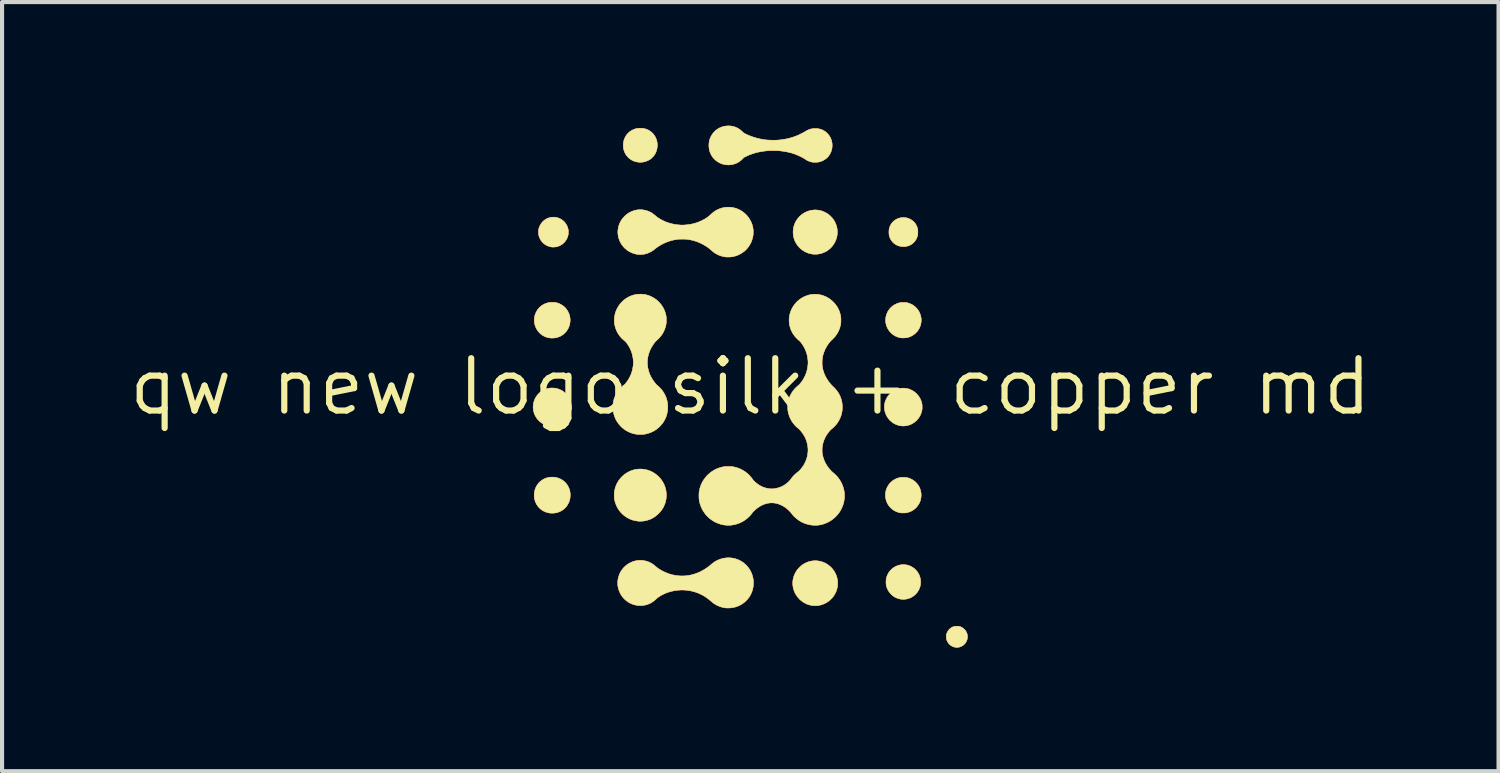
<source format=kicad_pcb>
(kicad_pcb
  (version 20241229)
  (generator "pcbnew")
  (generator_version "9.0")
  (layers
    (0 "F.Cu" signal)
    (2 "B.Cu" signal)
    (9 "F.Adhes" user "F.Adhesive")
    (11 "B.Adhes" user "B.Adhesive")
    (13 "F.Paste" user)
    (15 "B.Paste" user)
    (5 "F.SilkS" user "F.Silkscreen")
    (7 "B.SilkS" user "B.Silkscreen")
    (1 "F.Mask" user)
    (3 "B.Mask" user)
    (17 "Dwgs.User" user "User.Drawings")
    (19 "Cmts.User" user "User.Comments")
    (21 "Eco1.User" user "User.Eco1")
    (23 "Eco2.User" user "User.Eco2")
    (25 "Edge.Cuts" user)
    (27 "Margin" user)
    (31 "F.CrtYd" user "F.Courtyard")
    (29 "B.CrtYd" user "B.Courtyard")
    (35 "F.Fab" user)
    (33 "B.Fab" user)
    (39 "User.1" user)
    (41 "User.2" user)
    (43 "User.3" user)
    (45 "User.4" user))
  (footprint "qw new logo silk + copper md"
    (layer "F.Cu")
    (at 15.157 6.332)
    (property "Reference" "qw new logo silk + copper md" (at 0 0 0) (layer "F.SilkS") (effects (font (size 1.27 1.27) (thickness 0.15))))
    (attr through_hole)
    (fp_poly (pts (xy 5.029 5.813) (xy 5.042 5.813) (xy 5.052 5.814) (xy 5.06 5.815) (xy 5.068 5.817) (xy 5.076 5.819) (xy 5.111 5.831) (xy 5.143 5.849) (xy 5.173 5.87) (xy 5.2 5.895) (xy 5.218 5.916) (xy 5.228 5.93) (xy 5.238 5.948) (xy 5.247 5.967) (xy 5.255 5.986) (xy 5.261 6.004) (xy 5.263 6.009) (xy 5.269 6.043) (xy 5.27 6.077) (xy 5.266 6.111) (xy 5.258 6.143) (xy 5.246 6.174) (xy 5.231 6.203) (xy 5.211 6.23) (xy 5.189 6.255) (xy 5.163 6.277) (xy 5.135 6.295) (xy 5.104 6.31) (xy 5.071 6.32) (xy 5.057 6.323) (xy 5.04 6.325) (xy 5.021 6.327) (xy 5.001 6.327) (xy 4.982 6.326) (xy 4.966 6.323) (xy 4.966 6.323) (xy 4.931 6.314) (xy 4.898 6.3) (xy 4.868 6.282) (xy 4.84 6.26) (xy 4.816 6.235) (xy 4.795 6.206) (xy 4.777 6.175) (xy 4.764 6.142) (xy 4.761 6.129) (xy 4.757 6.112) (xy 4.755 6.092) (xy 4.754 6.071) (xy 4.754 6.051) (xy 4.756 6.032) (xy 4.757 6.024) (xy 4.767 5.988) (xy 4.782 5.955) (xy 4.8 5.924) (xy 4.822 5.896) (xy 4.848 5.871) (xy 4.876 5.85) (xy 4.908 5.833) (xy 4.912 5.832) (xy 4.928 5.825) (xy 4.942 5.82) (xy 4.956 5.817) (xy 4.97 5.815) (xy 4.985 5.813) (xy 5.004 5.813) (xy 5.013 5.813) (xy 5.029 5.813)) (stroke (width 0.01) (type solid)) (fill yes) (layer "F.Cu"))
    (fp_poly (pts (xy -4.736 -4.111) (xy -4.696 -4.104) (xy -4.667 -4.096) (xy -4.627 -4.08) (xy -4.59 -4.06) (xy -4.555 -4.036) (xy -4.524 -4.009) (xy -4.496 -3.978) (xy -4.472 -3.944) (xy -4.451 -3.907) (xy -4.434 -3.867) (xy -4.422 -3.824) (xy -4.421 -3.818) (xy -4.418 -3.801) (xy -4.416 -3.78) (xy -4.415 -3.757) (xy -4.416 -3.734) (xy -4.417 -3.711) (xy -4.419 -3.691) (xy -4.422 -3.676) (xy -4.434 -3.633) (xy -4.45 -3.594) (xy -4.471 -3.556) (xy -4.496 -3.522) (xy -4.526 -3.49) (xy -4.531 -3.485) (xy -4.564 -3.457) (xy -4.6 -3.434) (xy -4.638 -3.415) (xy -4.678 -3.4) (xy -4.706 -3.393) (xy -4.721 -3.391) (xy -4.74 -3.389) (xy -4.76 -3.388) (xy -4.78 -3.387) (xy -4.799 -3.387) (xy -4.815 -3.388) (xy -4.821 -3.388) (xy -4.864 -3.397) (xy -4.904 -3.41) (xy -4.943 -3.427) (xy -4.979 -3.448) (xy -5.012 -3.473) (xy -5.042 -3.501) (xy -5.069 -3.533) (xy -5.092 -3.568) (xy -5.111 -3.606) (xy -5.125 -3.642) (xy -5.129 -3.656) (xy -5.133 -3.672) (xy -5.136 -3.687) (xy -5.137 -3.69) (xy -5.139 -3.708) (xy -5.14 -3.73) (xy -5.141 -3.752) (xy -5.14 -3.775) (xy -5.139 -3.795) (xy -5.137 -3.809) (xy -5.128 -3.85) (xy -5.113 -3.889) (xy -5.095 -3.926) (xy -5.072 -3.961) (xy -5.046 -3.994) (xy -5.016 -4.023) (xy -4.983 -4.049) (xy -4.947 -4.071) (xy -4.938 -4.075) (xy -4.9 -4.092) (xy -4.86 -4.103) (xy -4.819 -4.111) (xy -4.778 -4.113) (xy -4.736 -4.111)) (stroke (width 0.01) (type solid)) (fill yes) (layer "F.Cu"))
    (fp_poly (pts (xy -4.8 0.033) (xy -4.777 0.034) (xy -4.755 0.036) (xy -4.735 0.038) (xy -4.718 0.04) (xy -4.718 0.04) (xy -4.683 0.049) (xy -4.647 0.061) (xy -4.612 0.076) (xy -4.579 0.092) (xy -4.549 0.11) (xy -4.549 0.11) (xy -4.511 0.139) (xy -4.476 0.172) (xy -4.444 0.208) (xy -4.417 0.246) (xy -4.394 0.287) (xy -4.385 0.306) (xy -4.367 0.352) (xy -4.354 0.399) (xy -4.347 0.446) (xy -4.344 0.493) (xy -4.346 0.541) (xy -4.353 0.588) (xy -4.365 0.634) (xy -4.382 0.679) (xy -4.389 0.695) (xy -4.412 0.737) (xy -4.438 0.776) (xy -4.469 0.812) (xy -4.502 0.844) (xy -4.538 0.873) (xy -4.577 0.898) (xy -4.618 0.918) (xy -4.662 0.935) (xy -4.707 0.948) (xy -4.753 0.955) (xy -4.8 0.959) (xy -4.843 0.957) (xy -4.891 0.951) (xy -4.937 0.94) (xy -4.982 0.925) (xy -5.025 0.905) (xy -5.065 0.88) (xy -5.103 0.852) (xy -5.138 0.819) (xy -5.139 0.819) (xy -5.171 0.782) (xy -5.198 0.743) (xy -5.222 0.701) (xy -5.241 0.658) (xy -5.255 0.612) (xy -5.265 0.566) (xy -5.27 0.518) (xy -5.27 0.476) (xy -5.265 0.428) (xy -5.256 0.382) (xy -5.243 0.338) (xy -5.225 0.295) (xy -5.203 0.255) (xy -5.177 0.217) (xy -5.148 0.182) (xy -5.116 0.15) (xy -5.08 0.122) (xy -5.042 0.097) (xy -5.001 0.075) (xy -4.958 0.058) (xy -4.912 0.045) (xy -4.865 0.036) (xy -4.861 0.035) (xy -4.843 0.034) (xy -4.823 0.033) (xy -4.8 0.033)) (stroke (width 0.01) (type solid)) (fill yes) (layer "F.Cu"))
    (fp_poly (pts (xy 3.752 4.321) (xy 3.796 4.327) (xy 3.801 4.328) (xy 3.845 4.34) (xy 3.887 4.357) (xy 3.927 4.378) (xy 3.964 4.403) (xy 3.999 4.432) (xy 4.03 4.464) (xy 4.058 4.5) (xy 4.082 4.539) (xy 4.098 4.572) (xy 4.114 4.614) (xy 4.125 4.657) (xy 4.131 4.701) (xy 4.133 4.746) (xy 4.13 4.79) (xy 4.123 4.834) (xy 4.112 4.872) (xy 4.096 4.914) (xy 4.075 4.954) (xy 4.05 4.991) (xy 4.022 5.025) (xy 3.991 5.055) (xy 3.957 5.082) (xy 3.92 5.106) (xy 3.881 5.125) (xy 3.841 5.141) (xy 3.798 5.152) (xy 3.755 5.159) (xy 3.71 5.161) (xy 3.665 5.159) (xy 3.655 5.157) (xy 3.61 5.149) (xy 3.567 5.135) (xy 3.525 5.117) (xy 3.486 5.095) (xy 3.449 5.067) (xy 3.414 5.036) (xy 3.409 5.03) (xy 3.378 4.995) (xy 3.352 4.957) (xy 3.331 4.917) (xy 3.313 4.874) (xy 3.301 4.829) (xy 3.299 4.822) (xy 3.297 4.812) (xy 3.296 4.803) (xy 3.294 4.793) (xy 3.294 4.782) (xy 3.293 4.77) (xy 3.293 4.753) (xy 3.293 4.74) (xy 3.294 4.715) (xy 3.294 4.695) (xy 3.296 4.677) (xy 3.299 4.66) (xy 3.302 4.643) (xy 3.308 4.625) (xy 3.312 4.61) (xy 3.329 4.568) (xy 3.349 4.528) (xy 3.373 4.491) (xy 3.401 4.458) (xy 3.432 4.427) (xy 3.465 4.4) (xy 3.501 4.377) (xy 3.539 4.357) (xy 3.58 4.341) (xy 3.621 4.329) (xy 3.664 4.322) (xy 3.707 4.319) (xy 3.752 4.321)) (stroke (width 0.01) (type solid)) (fill yes) (layer "F.Cu"))
    (fp_poly (pts (xy 1.625 -4.285) (xy 1.674 -4.278) (xy 1.722 -4.267) (xy 1.769 -4.25) (xy 1.811 -4.231) (xy 1.843 -4.214) (xy 1.872 -4.197) (xy 1.899 -4.177) (xy 1.925 -4.155) (xy 1.951 -4.131) (xy 1.982 -4.098) (xy 2.008 -4.066) (xy 2.032 -4.031) (xy 2.053 -3.993) (xy 2.057 -3.984) (xy 2.078 -3.936) (xy 2.094 -3.887) (xy 2.105 -3.838) (xy 2.111 -3.788) (xy 2.112 -3.737) (xy 2.108 -3.687) (xy 2.1 -3.637) (xy 2.086 -3.588) (xy 2.068 -3.539) (xy 2.057 -3.517) (xy 2.032 -3.471) (xy 2.003 -3.428) (xy 1.971 -3.388) (xy 1.935 -3.352) (xy 1.896 -3.32) (xy 1.854 -3.291) (xy 1.809 -3.267) (xy 1.763 -3.247) (xy 1.714 -3.231) (xy 1.663 -3.22) (xy 1.643 -3.217) (xy 1.622 -3.215) (xy 1.598 -3.214) (xy 1.572 -3.213) (xy 1.546 -3.214) (xy 1.522 -3.215) (xy 1.504 -3.217) (xy 1.455 -3.226) (xy 1.406 -3.24) (xy 1.36 -3.259) (xy 1.314 -3.281) (xy 1.271 -3.308) (xy 1.231 -3.338) (xy 1.194 -3.372) (xy 1.165 -3.404) (xy 1.133 -3.446) (xy 1.105 -3.49) (xy 1.082 -3.536) (xy 1.064 -3.584) (xy 1.05 -3.633) (xy 1.042 -3.683) (xy 1.038 -3.734) (xy 1.039 -3.786) (xy 1.043 -3.825) (xy 1.053 -3.876) (xy 1.067 -3.924) (xy 1.085 -3.97) (xy 1.108 -4.015) (xy 1.134 -4.056) (xy 1.164 -4.095) (xy 1.197 -4.131) (xy 1.234 -4.164) (xy 1.273 -4.193) (xy 1.314 -4.219) (xy 1.358 -4.241) (xy 1.404 -4.259) (xy 1.452 -4.273) (xy 1.501 -4.282) (xy 1.552 -4.287) (xy 1.575 -4.288) (xy 1.625 -4.285)) (stroke (width 0.01) (type solid)) (fill yes) (layer "F.Cu"))
    (fp_poly (pts (xy -4.786 -2.046) (xy -4.769 -2.046) (xy -4.755 -2.045) (xy -4.744 -2.044) (xy -4.734 -2.043) (xy -4.726 -2.041) (xy -4.68 -2.03) (xy -4.636 -2.014) (xy -4.594 -1.993) (xy -4.555 -1.969) (xy -4.519 -1.941) (xy -4.486 -1.909) (xy -4.457 -1.873) (xy -4.438 -1.845) (xy -4.416 -1.805) (xy -4.398 -1.763) (xy -4.385 -1.719) (xy -4.376 -1.674) (xy -4.372 -1.629) (xy -4.373 -1.584) (xy -4.378 -1.539) (xy -4.388 -1.494) (xy -4.402 -1.451) (xy -4.413 -1.426) (xy -4.436 -1.384) (xy -4.462 -1.346) (xy -4.492 -1.311) (xy -4.525 -1.28) (xy -4.562 -1.252) (xy -4.601 -1.228) (xy -4.643 -1.209) (xy -4.688 -1.194) (xy -4.719 -1.186) (xy -4.735 -1.183) (xy -4.755 -1.181) (xy -4.777 -1.18) (xy -4.8 -1.179) (xy -4.823 -1.179) (xy -4.845 -1.18) (xy -4.864 -1.181) (xy -4.876 -1.183) (xy -4.922 -1.192) (xy -4.966 -1.207) (xy -5.007 -1.225) (xy -5.046 -1.248) (xy -5.083 -1.275) (xy -5.116 -1.306) (xy -5.147 -1.34) (xy -5.173 -1.377) (xy -5.195 -1.416) (xy -5.215 -1.46) (xy -5.229 -1.505) (xy -5.238 -1.551) (xy -5.242 -1.598) (xy -5.241 -1.645) (xy -5.235 -1.693) (xy -5.233 -1.703) (xy -5.226 -1.734) (xy -5.214 -1.767) (xy -5.2 -1.8) (xy -5.184 -1.832) (xy -5.166 -1.86) (xy -5.162 -1.867) (xy -5.149 -1.884) (xy -5.133 -1.902) (xy -5.115 -1.921) (xy -5.096 -1.939) (xy -5.078 -1.955) (xy -5.062 -1.967) (xy -5.025 -1.99) (xy -4.985 -2.01) (xy -4.942 -2.026) (xy -4.898 -2.039) (xy -4.892 -2.04) (xy -4.882 -2.042) (xy -4.873 -2.043) (xy -4.864 -2.044) (xy -4.853 -2.045) (xy -4.84 -2.046) (xy -4.824 -2.046) (xy -4.807 -2.046) (xy -4.786 -2.046)) (stroke (width 0.01) (type solid)) (fill yes) (layer "F.Cu"))
    (fp_poly (pts (xy 3.759 0.039) (xy 3.806 0.047) (xy 3.849 0.058) (xy 3.894 0.076) (xy 3.936 0.097) (xy 3.976 0.123) (xy 4.013 0.152) (xy 4.046 0.185) (xy 4.076 0.22) (xy 4.103 0.259) (xy 4.126 0.301) (xy 4.144 0.344) (xy 4.158 0.39) (xy 4.165 0.42) (xy 4.167 0.436) (xy 4.168 0.456) (xy 4.169 0.478) (xy 4.169 0.501) (xy 4.169 0.523) (xy 4.168 0.544) (xy 4.166 0.562) (xy 4.165 0.571) (xy 4.153 0.619) (xy 4.137 0.664) (xy 4.117 0.708) (xy 4.092 0.749) (xy 4.063 0.787) (xy 4.031 0.822) (xy 3.995 0.854) (xy 3.955 0.882) (xy 3.912 0.907) (xy 3.91 0.908) (xy 3.871 0.925) (xy 3.831 0.938) (xy 3.789 0.948) (xy 3.747 0.953) (xy 3.705 0.955) (xy 3.673 0.953) (xy 3.625 0.946) (xy 3.579 0.934) (xy 3.535 0.918) (xy 3.492 0.897) (xy 3.452 0.872) (xy 3.415 0.843) (xy 3.38 0.81) (xy 3.349 0.773) (xy 3.329 0.745) (xy 3.305 0.704) (xy 3.285 0.66) (xy 3.27 0.616) (xy 3.259 0.57) (xy 3.254 0.523) (xy 3.253 0.477) (xy 3.258 0.43) (xy 3.267 0.383) (xy 3.275 0.357) (xy 3.281 0.339) (xy 3.29 0.319) (xy 3.3 0.297) (xy 3.312 0.275) (xy 3.323 0.255) (xy 3.334 0.237) (xy 3.337 0.234) (xy 3.348 0.22) (xy 3.362 0.203) (xy 3.378 0.186) (xy 3.395 0.169) (xy 3.413 0.152) (xy 3.429 0.137) (xy 3.444 0.125) (xy 3.449 0.121) (xy 3.464 0.111) (xy 3.483 0.101) (xy 3.503 0.09) (xy 3.524 0.079) (xy 3.545 0.07) (xy 3.563 0.062) (xy 3.573 0.059) (xy 3.619 0.046) (xy 3.665 0.039) (xy 3.712 0.036) (xy 3.759 0.039)) (stroke (width 0.01) (type solid)) (fill yes) (layer "F.Cu"))
    (fp_poly (pts (xy -2.651 -6.27) (xy -2.636 -6.27) (xy -2.623 -6.269) (xy -2.613 -6.269) (xy -2.604 -6.268) (xy -2.595 -6.266) (xy -2.585 -6.264) (xy -2.584 -6.264) (xy -2.539 -6.252) (xy -2.496 -6.236) (xy -2.456 -6.215) (xy -2.419 -6.191) (xy -2.386 -6.163) (xy -2.355 -6.131) (xy -2.328 -6.096) (xy -2.305 -6.057) (xy -2.296 -6.039) (xy -2.279 -5.998) (xy -2.267 -5.954) (xy -2.259 -5.91) (xy -2.256 -5.866) (xy -2.258 -5.821) (xy -2.264 -5.777) (xy -2.275 -5.734) (xy -2.29 -5.692) (xy -2.309 -5.651) (xy -2.333 -5.614) (xy -2.345 -5.599) (xy -2.36 -5.581) (xy -2.377 -5.564) (xy -2.394 -5.547) (xy -2.412 -5.532) (xy -2.426 -5.52) (xy -2.459 -5.5) (xy -2.495 -5.482) (xy -2.533 -5.467) (xy -2.571 -5.456) (xy -2.594 -5.451) (xy -2.609 -5.449) (xy -2.626 -5.447) (xy -2.644 -5.446) (xy -2.662 -5.445) (xy -2.679 -5.444) (xy -2.692 -5.444) (xy -2.696 -5.445) (xy -2.744 -5.451) (xy -2.788 -5.461) (xy -2.829 -5.474) (xy -2.867 -5.492) (xy -2.903 -5.513) (xy -2.937 -5.539) (xy -2.969 -5.569) (xy -2.971 -5.571) (xy -3 -5.605) (xy -3.026 -5.642) (xy -3.046 -5.681) (xy -3.063 -5.723) (xy -3.075 -5.767) (xy -3.081 -5.807) (xy -3.083 -5.826) (xy -3.083 -5.847) (xy -3.083 -5.87) (xy -3.082 -5.894) (xy -3.08 -5.916) (xy -3.077 -5.935) (xy -3.076 -5.942) (xy -3.064 -5.987) (xy -3.048 -6.03) (xy -3.028 -6.07) (xy -3.004 -6.107) (xy -2.976 -6.14) (xy -2.945 -6.171) (xy -2.91 -6.198) (xy -2.873 -6.221) (xy -2.832 -6.24) (xy -2.788 -6.256) (xy -2.756 -6.264) (xy -2.746 -6.266) (xy -2.738 -6.267) (xy -2.728 -6.268) (xy -2.718 -6.269) (xy -2.705 -6.27) (xy -2.689 -6.27) (xy -2.671 -6.27) (xy -2.651 -6.27)) (stroke (width 0.01) (type solid)) (fill yes) (layer "F.Cu"))
    (fp_poly (pts (xy 1.605 4.225) (xy 1.655 4.231) (xy 1.705 4.241) (xy 1.753 4.255) (xy 1.8 4.274) (xy 1.844 4.297) (xy 1.887 4.325) (xy 1.926 4.356) (xy 1.964 4.39) (xy 1.998 4.429) (xy 2.028 4.47) (xy 2.055 4.515) (xy 2.062 4.528) (xy 2.083 4.575) (xy 2.1 4.625) (xy 2.112 4.676) (xy 2.115 4.693) (xy 2.117 4.714) (xy 2.119 4.738) (xy 2.12 4.765) (xy 2.119 4.792) (xy 2.118 4.818) (xy 2.116 4.841) (xy 2.114 4.854) (xy 2.103 4.905) (xy 2.087 4.955) (xy 2.067 5.002) (xy 2.043 5.047) (xy 2.015 5.089) (xy 1.983 5.129) (xy 1.948 5.165) (xy 1.91 5.198) (xy 1.869 5.227) (xy 1.825 5.253) (xy 1.779 5.274) (xy 1.731 5.292) (xy 1.681 5.305) (xy 1.65 5.31) (xy 1.632 5.312) (xy 1.611 5.314) (xy 1.588 5.315) (xy 1.566 5.315) (xy 1.544 5.315) (xy 1.526 5.314) (xy 1.524 5.313) (xy 1.472 5.306) (xy 1.422 5.293) (xy 1.373 5.276) (xy 1.326 5.254) (xy 1.281 5.227) (xy 1.239 5.197) (xy 1.199 5.162) (xy 1.191 5.154) (xy 1.157 5.116) (xy 1.127 5.077) (xy 1.101 5.036) (xy 1.078 4.993) (xy 1.065 4.962) (xy 1.049 4.913) (xy 1.037 4.863) (xy 1.031 4.813) (xy 1.029 4.763) (xy 1.032 4.713) (xy 1.04 4.663) (xy 1.053 4.614) (xy 1.07 4.566) (xy 1.092 4.519) (xy 1.119 4.474) (xy 1.139 4.445) (xy 1.15 4.431) (xy 1.165 4.414) (xy 1.182 4.396) (xy 1.199 4.379) (xy 1.217 4.362) (xy 1.234 4.347) (xy 1.248 4.335) (xy 1.25 4.334) (xy 1.295 4.304) (xy 1.341 4.278) (xy 1.388 4.258) (xy 1.437 4.242) (xy 1.487 4.232) (xy 1.538 4.226) (xy 1.553 4.225) (xy 1.605 4.225)) (stroke (width 0.01) (type solid)) (fill yes) (layer "F.Cu"))
    (fp_poly (pts (xy 3.737 -4.101) (xy 3.758 -4.1) (xy 3.775 -4.098) (xy 3.792 -4.095) (xy 3.808 -4.091) (xy 3.826 -4.086) (xy 3.831 -4.084) (xy 3.87 -4.068) (xy 3.906 -4.048) (xy 3.94 -4.024) (xy 3.961 -4.006) (xy 3.989 -3.976) (xy 4.012 -3.944) (xy 4.031 -3.909) (xy 4.047 -3.872) (xy 4.059 -3.831) (xy 4.061 -3.822) (xy 4.062 -3.813) (xy 4.064 -3.802) (xy 4.065 -3.79) (xy 4.065 -3.775) (xy 4.065 -3.756) (xy 4.065 -3.75) (xy 4.065 -3.728) (xy 4.064 -3.709) (xy 4.063 -3.692) (xy 4.06 -3.677) (xy 4.057 -3.662) (xy 4.052 -3.645) (xy 4.047 -3.631) (xy 4.032 -3.593) (xy 4.013 -3.557) (xy 3.989 -3.525) (xy 3.963 -3.495) (xy 3.932 -3.469) (xy 3.899 -3.447) (xy 3.863 -3.428) (xy 3.825 -3.414) (xy 3.785 -3.404) (xy 3.778 -3.403) (xy 3.747 -3.399) (xy 3.716 -3.398) (xy 3.686 -3.398) (xy 3.684 -3.399) (xy 3.641 -3.405) (xy 3.601 -3.415) (xy 3.563 -3.43) (xy 3.527 -3.449) (xy 3.494 -3.471) (xy 3.464 -3.498) (xy 3.438 -3.527) (xy 3.414 -3.56) (xy 3.395 -3.596) (xy 3.38 -3.635) (xy 3.37 -3.671) (xy 3.368 -3.681) (xy 3.367 -3.69) (xy 3.365 -3.699) (xy 3.365 -3.71) (xy 3.364 -3.724) (xy 3.364 -3.74) (xy 3.364 -3.749) (xy 3.364 -3.771) (xy 3.365 -3.789) (xy 3.366 -3.804) (xy 3.368 -3.818) (xy 3.37 -3.831) (xy 3.374 -3.845) (xy 3.379 -3.861) (xy 3.393 -3.899) (xy 3.412 -3.935) (xy 3.435 -3.969) (xy 3.461 -3.999) (xy 3.491 -4.026) (xy 3.523 -4.049) (xy 3.558 -4.068) (xy 3.594 -4.083) (xy 3.613 -4.089) (xy 3.63 -4.093) (xy 3.645 -4.097) (xy 3.661 -4.099) (xy 3.678 -4.1) (xy 3.698 -4.101) (xy 3.713 -4.101) (xy 3.737 -4.101)) (stroke (width 0.01) (type solid)) (fill yes) (layer "F.Cu"))
    (fp_poly (pts (xy -4.806 2.196) (xy -4.787 2.196) (xy -4.772 2.196) (xy -4.76 2.197) (xy -4.749 2.198) (xy -4.74 2.199) (xy -4.73 2.201) (xy -4.719 2.203) (xy -4.689 2.21) (xy -4.661 2.219) (xy -4.635 2.229) (xy -4.607 2.241) (xy -4.606 2.242) (xy -4.566 2.264) (xy -4.529 2.291) (xy -4.495 2.321) (xy -4.465 2.355) (xy -4.438 2.391) (xy -4.416 2.431) (xy -4.398 2.472) (xy -4.384 2.516) (xy -4.383 2.518) (xy -4.378 2.539) (xy -4.375 2.557) (xy -4.373 2.574) (xy -4.371 2.593) (xy -4.37 2.613) (xy -4.37 2.631) (xy -4.372 2.673) (xy -4.376 2.712) (xy -4.384 2.749) (xy -4.395 2.785) (xy -4.41 2.82) (xy -4.416 2.832) (xy -4.439 2.873) (xy -4.465 2.911) (xy -4.496 2.945) (xy -4.529 2.975) (xy -4.566 3.001) (xy -4.606 3.024) (xy -4.648 3.042) (xy -4.693 3.056) (xy -4.732 3.065) (xy -4.743 3.066) (xy -4.757 3.067) (xy -4.774 3.068) (xy -4.792 3.069) (xy -4.81 3.07) (xy -4.826 3.07) (xy -4.84 3.07) (xy -4.849 3.069) (xy -4.894 3.063) (xy -4.938 3.051) (xy -4.981 3.036) (xy -5.022 3.016) (xy -5.06 2.993) (xy -5.096 2.966) (xy -5.127 2.935) (xy -5.129 2.934) (xy -5.158 2.898) (xy -5.184 2.86) (xy -5.205 2.819) (xy -5.222 2.777) (xy -5.234 2.733) (xy -5.242 2.688) (xy -5.245 2.642) (xy -5.243 2.596) (xy -5.237 2.55) (xy -5.226 2.504) (xy -5.222 2.49) (xy -5.205 2.447) (xy -5.184 2.406) (xy -5.159 2.369) (xy -5.131 2.334) (xy -5.099 2.302) (xy -5.063 2.275) (xy -5.025 2.25) (xy -4.984 2.23) (xy -4.94 2.214) (xy -4.895 2.202) (xy -4.886 2.201) (xy -4.875 2.199) (xy -4.863 2.198) (xy -4.85 2.197) (xy -4.834 2.196) (xy -4.815 2.196) (xy -4.806 2.196)) (stroke (width 0.01) (type solid)) (fill yes) (layer "F.Cu"))
    (fp_poly (pts (xy 3.731 2.201) (xy 3.747 2.201) (xy 3.759 2.202) (xy 3.769 2.202) (xy 3.778 2.203) (xy 3.787 2.205) (xy 3.796 2.206) (xy 3.798 2.207) (xy 3.84 2.218) (xy 3.882 2.233) (xy 3.921 2.252) (xy 3.957 2.274) (xy 3.962 2.278) (xy 3.978 2.29) (xy 3.995 2.304) (xy 4.013 2.321) (xy 4.03 2.338) (xy 4.046 2.355) (xy 4.058 2.371) (xy 4.061 2.374) (xy 4.087 2.413) (xy 4.108 2.454) (xy 4.124 2.497) (xy 4.136 2.541) (xy 4.143 2.587) (xy 4.146 2.632) (xy 4.143 2.678) (xy 4.136 2.724) (xy 4.13 2.749) (xy 4.116 2.792) (xy 4.097 2.834) (xy 4.073 2.872) (xy 4.046 2.909) (xy 4.016 2.942) (xy 3.982 2.972) (xy 3.945 2.998) (xy 3.906 3.021) (xy 3.864 3.039) (xy 3.819 3.053) (xy 3.799 3.058) (xy 3.784 3.061) (xy 3.766 3.063) (xy 3.745 3.064) (xy 3.723 3.065) (xy 3.7 3.065) (xy 3.68 3.065) (xy 3.661 3.064) (xy 3.647 3.062) (xy 3.601 3.053) (xy 3.557 3.038) (xy 3.514 3.019) (xy 3.473 2.995) (xy 3.47 2.993) (xy 3.451 2.979) (xy 3.43 2.962) (xy 3.409 2.942) (xy 3.389 2.922) (xy 3.372 2.902) (xy 3.357 2.883) (xy 3.333 2.845) (xy 3.313 2.804) (xy 3.298 2.761) (xy 3.286 2.717) (xy 3.28 2.673) (xy 3.278 2.628) (xy 3.279 2.602) (xy 3.284 2.56) (xy 3.292 2.521) (xy 3.304 2.484) (xy 3.32 2.446) (xy 3.325 2.437) (xy 3.348 2.396) (xy 3.375 2.359) (xy 3.405 2.325) (xy 3.439 2.295) (xy 3.477 2.268) (xy 3.517 2.245) (xy 3.56 2.226) (xy 3.605 2.212) (xy 3.626 2.207) (xy 3.635 2.205) (xy 3.643 2.203) (xy 3.652 2.202) (xy 3.663 2.202) (xy 3.675 2.201) (xy 3.691 2.201) (xy 3.711 2.201) (xy 3.731 2.201)) (stroke (width 0.01) (type solid)) (fill yes) (layer "F.Cu"))
    (fp_poly (pts (xy -2.624 2.001) (xy -2.572 2.007) (xy -2.522 2.017) (xy -2.517 2.018) (xy -2.465 2.034) (xy -2.414 2.054) (xy -2.365 2.079) (xy -2.318 2.108) (xy -2.274 2.141) (xy -2.233 2.178) (xy -2.195 2.217) (xy -2.16 2.26) (xy -2.129 2.306) (xy -2.103 2.354) (xy -2.088 2.385) (xy -2.069 2.437) (xy -2.054 2.489) (xy -2.044 2.542) (xy -2.038 2.595) (xy -2.038 2.651) (xy -2.038 2.653) (xy -2.042 2.709) (xy -2.051 2.764) (xy -2.065 2.818) (xy -2.084 2.87) (xy -2.107 2.92) (xy -2.135 2.968) (xy -2.168 3.014) (xy -2.205 3.058) (xy -2.225 3.079) (xy -2.268 3.118) (xy -2.313 3.153) (xy -2.36 3.183) (xy -2.409 3.209) (xy -2.461 3.23) (xy -2.515 3.246) (xy -2.571 3.258) (xy -2.583 3.26) (xy -2.595 3.261) (xy -2.611 3.263) (xy -2.628 3.264) (xy -2.647 3.265) (xy -2.666 3.265) (xy -2.683 3.266) (xy -2.698 3.265) (xy -2.708 3.265) (xy -2.757 3.259) (xy -2.802 3.251) (xy -2.846 3.24) (xy -2.888 3.226) (xy -2.929 3.209) (xy -2.954 3.197) (xy -3.003 3.169) (xy -3.05 3.137) (xy -3.093 3.101) (xy -3.133 3.062) (xy -3.169 3.02) (xy -3.201 2.975) (xy -3.229 2.927) (xy -3.253 2.877) (xy -3.273 2.825) (xy -3.288 2.77) (xy -3.299 2.714) (xy -3.3 2.705) (xy -3.301 2.688) (xy -3.302 2.668) (xy -3.303 2.645) (xy -3.303 2.621) (xy -3.302 2.598) (xy -3.301 2.576) (xy -3.299 2.558) (xy -3.299 2.551) (xy -3.288 2.496) (xy -3.273 2.441) (xy -3.254 2.389) (xy -3.23 2.339) (xy -3.202 2.292) (xy -3.17 2.247) (xy -3.135 2.205) (xy -3.096 2.167) (xy -3.054 2.131) (xy -3.009 2.1) (xy -2.961 2.072) (xy -2.911 2.048) (xy -2.858 2.028) (xy -2.83 2.02) (xy -2.78 2.009) (xy -2.729 2.002) (xy -2.677 1.999) (xy -2.624 2.001)) (stroke (width 0.01) (type solid)) (fill yes) (layer "F.Cu"))
    (fp_poly (pts (xy 3.734 -2.043) (xy 3.75 -2.043) (xy 3.763 -2.043) (xy 3.773 -2.042) (xy 3.782 -2.041) (xy 3.79 -2.039) (xy 3.799 -2.038) (xy 3.845 -2.025) (xy 3.888 -2.008) (xy 3.929 -1.988) (xy 3.967 -1.963) (xy 4.003 -1.934) (xy 4.026 -1.911) (xy 4.047 -1.888) (xy 4.064 -1.867) (xy 4.08 -1.844) (xy 4.094 -1.819) (xy 4.102 -1.804) (xy 4.12 -1.761) (xy 4.134 -1.717) (xy 4.143 -1.673) (xy 4.147 -1.628) (xy 4.146 -1.583) (xy 4.141 -1.539) (xy 4.131 -1.495) (xy 4.116 -1.452) (xy 4.096 -1.41) (xy 4.072 -1.37) (xy 4.051 -1.342) (xy 4.045 -1.335) (xy 4.036 -1.325) (xy 4.025 -1.314) (xy 4.014 -1.303) (xy 4.011 -1.3) (xy 3.976 -1.27) (xy 3.939 -1.244) (xy 3.898 -1.222) (xy 3.855 -1.204) (xy 3.81 -1.191) (xy 3.801 -1.189) (xy 3.79 -1.186) (xy 3.779 -1.185) (xy 3.767 -1.184) (xy 3.752 -1.183) (xy 3.733 -1.183) (xy 3.724 -1.182) (xy 3.707 -1.182) (xy 3.692 -1.182) (xy 3.68 -1.182) (xy 3.67 -1.182) (xy 3.664 -1.183) (xy 3.664 -1.183) (xy 3.625 -1.19) (xy 3.589 -1.199) (xy 3.555 -1.212) (xy 3.524 -1.226) (xy 3.498 -1.24) (xy 3.474 -1.255) (xy 3.451 -1.272) (xy 3.429 -1.291) (xy 3.41 -1.309) (xy 3.378 -1.344) (xy 3.351 -1.381) (xy 3.328 -1.421) (xy 3.31 -1.462) (xy 3.296 -1.506) (xy 3.293 -1.519) (xy 3.285 -1.564) (xy 3.282 -1.609) (xy 3.285 -1.654) (xy 3.291 -1.699) (xy 3.303 -1.743) (xy 3.319 -1.785) (xy 3.339 -1.826) (xy 3.364 -1.864) (xy 3.381 -1.886) (xy 3.413 -1.921) (xy 3.448 -1.952) (xy 3.486 -1.979) (xy 3.527 -2.001) (xy 3.57 -2.02) (xy 3.617 -2.034) (xy 3.627 -2.037) (xy 3.637 -2.039) (xy 3.646 -2.04) (xy 3.654 -2.042) (xy 3.663 -2.042) (xy 3.674 -2.043) (xy 3.687 -2.043) (xy 3.705 -2.043) (xy 3.715 -2.043) (xy 3.734 -2.043)) (stroke (width 0.01) (type solid)) (fill yes) (layer "F.Cu"))
    (fp_poly (pts (xy -0.472 -4.352) (xy -0.418 -4.344) (xy -0.364 -4.331) (xy -0.335 -4.322) (xy -0.316 -4.314) (xy -0.294 -4.305) (xy -0.271 -4.294) (xy -0.247 -4.282) (xy -0.226 -4.27) (xy -0.207 -4.259) (xy -0.206 -4.258) (xy -0.161 -4.226) (xy -0.12 -4.19) (xy -0.082 -4.151) (xy -0.048 -4.109) (xy -0.018 -4.064) (xy 0.009 -4.017) (xy 0.031 -3.968) (xy 0.048 -3.918) (xy 0.06 -3.87) (xy 0.064 -3.847) (xy 0.067 -3.826) (xy 0.069 -3.806) (xy 0.071 -3.784) (xy 0.071 -3.76) (xy 0.071 -3.749) (xy 0.07 -3.713) (xy 0.068 -3.68) (xy 0.063 -3.648) (xy 0.056 -3.614) (xy 0.053 -3.603) (xy 0.037 -3.55) (xy 0.017 -3.499) (xy -0.008 -3.452) (xy -0.036 -3.406) (xy -0.068 -3.364) (xy -0.104 -3.324) (xy -0.143 -3.288) (xy -0.186 -3.256) (xy -0.231 -3.227) (xy -0.278 -3.202) (xy -0.328 -3.181) (xy -0.38 -3.165) (xy -0.434 -3.152) (xy -0.438 -3.152) (xy -0.457 -3.149) (xy -0.48 -3.147) (xy -0.505 -3.146) (xy -0.531 -3.145) (xy -0.556 -3.145) (xy -0.579 -3.146) (xy -0.599 -3.148) (xy -0.604 -3.148) (xy -0.659 -3.158) (xy -0.712 -3.172) (xy -0.764 -3.191) (xy -0.813 -3.215) (xy -0.861 -3.242) (xy -0.905 -3.274) (xy -0.947 -3.311) (xy -0.95 -3.313) (xy -0.977 -3.337) (xy -1.008 -3.362) (xy -1.042 -3.387) (xy -1.08 -3.411) (xy -1.119 -3.435) (xy -1.16 -3.458) (xy -1.181 -3.469) (xy -1.245 -3.498) (xy -1.309 -3.523) (xy -1.375 -3.544) (xy -1.442 -3.56) (xy -1.512 -3.572) (xy -1.539 -3.576) (xy -1.559 -3.577) (xy -1.583 -3.579) (xy -1.609 -3.58) (xy -1.637 -3.58) (xy -1.666 -3.58) (xy -1.694 -3.58) (xy -1.72 -3.579) (xy -1.743 -3.577) (xy -1.76 -3.575) (xy -1.834 -3.564) (xy -1.907 -3.548) (xy -1.977 -3.527) (xy -2.046 -3.501) (xy -2.113 -3.471) (xy -2.178 -3.436) (xy -2.242 -3.396) (xy -2.262 -3.382) (xy -2.275 -3.373) (xy -2.288 -3.363) (xy -2.3 -3.354) (xy -2.31 -3.346) (xy -2.313 -3.344) (xy -2.343 -3.319) (xy -2.373 -3.298) (xy -2.404 -3.279) (xy -2.438 -3.261) (xy -2.441 -3.259) (xy -2.49 -3.238) (xy -2.538 -3.223) (xy -2.588 -3.212) (xy -2.638 -3.207) (xy -2.688 -3.206) (xy -2.738 -3.21) (xy -2.788 -3.219) (xy -2.838 -3.234) (xy -2.886 -3.253) (xy -2.904 -3.261) (xy -2.95 -3.286) (xy -2.993 -3.315) (xy -3.032 -3.347) (xy -3.068 -3.382) (xy -3.1 -3.42) (xy -3.129 -3.461) (xy -3.154 -3.504) (xy -3.174 -3.548) (xy -3.191 -3.594) (xy -3.203 -3.642) (xy -3.211 -3.691) (xy -3.214 -3.74) (xy -3.213 -3.79) (xy -3.206 -3.84) (xy -3.204 -3.853) (xy -3.192 -3.902) (xy -3.175 -3.95) (xy -3.154 -3.996) (xy -3.129 -4.039) (xy -3.1 -4.079) (xy -3.068 -4.117) (xy -3.034 -4.151) (xy -2.996 -4.183) (xy -2.956 -4.211) (xy -2.913 -4.235) (xy -2.869 -4.255) (xy -2.823 -4.271) (xy -2.775 -4.283) (xy -2.726 -4.291) (xy -2.676 -4.294) (xy -2.635 -4.293) (xy -2.584 -4.286) (xy -2.533 -4.275) (xy -2.484 -4.26) (xy -2.437 -4.239) (xy -2.391 -4.214) (xy -2.347 -4.183) (xy -2.304 -4.148) (xy -2.294 -4.14) (xy -2.278 -4.126) (xy -2.259 -4.111) (xy -2.236 -4.096) (xy -2.211 -4.08) (xy -2.185 -4.064) (xy -2.158 -4.048) (xy -2.131 -4.034) (xy -2.108 -4.023) (xy -2.045 -3.995) (xy -1.978 -3.972) (xy -1.91 -3.953) (xy -1.841 -3.938) (xy -1.81 -3.933) (xy -1.769 -3.928) (xy -1.728 -3.924) (xy -1.688 -3.921) (xy -1.651 -3.92) (xy -1.616 -3.921) (xy -1.6 -3.922) (xy -1.529 -3.928) (xy -1.462 -3.938) (xy -1.398 -3.95) (xy -1.337 -3.967) (xy -1.277 -3.986) (xy -1.219 -4.01) (xy -1.171 -4.032) (xy -1.123 -4.057) (xy -1.079 -4.083) (xy -1.039 -4.11) (xy -1.002 -4.139) (xy -0.968 -4.169) (xy -0.958 -4.178) (xy -0.917 -4.215) (xy -0.875 -4.248) (xy -0.831 -4.276) (xy -0.791 -4.297) (xy -0.74 -4.318) (xy -0.687 -4.335) (xy -0.634 -4.347) (xy -0.581 -4.354) (xy -0.526 -4.355) (xy -0.472 -4.352)) (stroke (width 0.01) (type solid)) (fill yes) (layer "F.Cu"))
    (fp_poly (pts (xy -0.478 4.155) (xy -0.424 4.162) (xy -0.37 4.174) (xy -0.361 4.177) (xy -0.31 4.194) (xy -0.261 4.216) (xy -0.213 4.242) (xy -0.169 4.272) (xy -0.127 4.306) (xy -0.089 4.344) (xy -0.079 4.355) (xy -0.044 4.398) (xy -0.014 4.442) (xy 0.012 4.489) (xy 0.034 4.538) (xy 0.051 4.59) (xy 0.064 4.644) (xy 0.072 4.688) (xy 0.073 4.7) (xy 0.074 4.717) (xy 0.074 4.736) (xy 0.075 4.757) (xy 0.075 4.778) (xy 0.074 4.798) (xy 0.074 4.817) (xy 0.073 4.833) (xy 0.071 4.843) (xy 0.061 4.9) (xy 0.046 4.954) (xy 0.026 5.006) (xy 0.003 5.055) (xy -0.025 5.102) (xy -0.057 5.145) (xy -0.093 5.186) (xy -0.125 5.216) (xy -0.169 5.252) (xy -0.215 5.283) (xy -0.263 5.309) (xy -0.313 5.331) (xy -0.366 5.348) (xy -0.421 5.361) (xy -0.447 5.366) (xy -0.458 5.367) (xy -0.472 5.368) (xy -0.488 5.369) (xy -0.506 5.37) (xy -0.524 5.371) (xy -0.542 5.371) (xy -0.557 5.371) (xy -0.57 5.371) (xy -0.579 5.371) (xy -0.579 5.371) (xy -0.586 5.37) (xy -0.595 5.369) (xy -0.607 5.367) (xy -0.612 5.367) (xy -0.658 5.359) (xy -0.706 5.347) (xy -0.752 5.331) (xy -0.798 5.311) (xy -0.842 5.288) (xy -0.884 5.262) (xy -0.903 5.248) (xy -0.912 5.241) (xy -0.922 5.232) (xy -0.933 5.223) (xy -0.94 5.217) (xy -0.982 5.182) (xy -1.022 5.15) (xy -1.06 5.122) (xy -1.098 5.096) (xy -1.136 5.073) (xy -1.176 5.051) (xy -1.189 5.045) (xy -1.243 5.019) (xy -1.298 4.997) (xy -1.355 4.979) (xy -1.413 4.963) (xy -1.474 4.951) (xy -1.539 4.941) (xy -1.562 4.939) (xy -1.618 4.935) (xy -1.676 4.934) (xy -1.736 4.938) (xy -1.797 4.944) (xy -1.857 4.954) (xy -1.917 4.968) (xy -1.976 4.984) (xy -1.984 4.986) (xy -2.024 5) (xy -2.064 5.016) (xy -2.103 5.034) (xy -2.14 5.052) (xy -2.176 5.072) (xy -2.208 5.092) (xy -2.238 5.112) (xy -2.264 5.132) (xy -2.281 5.149) (xy -2.321 5.185) (xy -2.363 5.217) (xy -2.407 5.245) (xy -2.453 5.268) (xy -2.502 5.286) (xy -2.523 5.293) (xy -2.574 5.305) (xy -2.624 5.311) (xy -2.674 5.313) (xy -2.724 5.31) (xy -2.774 5.303) (xy -2.822 5.291) (xy -2.869 5.275) (xy -2.915 5.255) (xy -2.958 5.23) (xy -3 5.201) (xy -3.039 5.169) (xy -3.075 5.133) (xy -3.108 5.093) (xy -3.13 5.061) (xy -3.155 5.017) (xy -3.177 4.971) (xy -3.194 4.923) (xy -3.207 4.873) (xy -3.212 4.849) (xy -3.215 4.826) (xy -3.217 4.8) (xy -3.218 4.772) (xy -3.217 4.744) (xy -3.216 4.717) (xy -3.215 4.702) (xy -3.206 4.65) (xy -3.193 4.601) (xy -3.176 4.553) (xy -3.154 4.507) (xy -3.128 4.464) (xy -3.099 4.424) (xy -3.066 4.386) (xy -3.03 4.351) (xy -2.991 4.32) (xy -2.95 4.293) (xy -2.905 4.269) (xy -2.859 4.249) (xy -2.81 4.233) (xy -2.76 4.222) (xy -2.721 4.217) (xy -2.671 4.214) (xy -2.621 4.216) (xy -2.572 4.224) (xy -2.523 4.235) (xy -2.474 4.251) (xy -2.428 4.272) (xy -2.383 4.297) (xy -2.343 4.324) (xy -2.335 4.331) (xy -2.324 4.34) (xy -2.312 4.35) (xy -2.299 4.361) (xy -2.295 4.365) (xy -2.269 4.387) (xy -2.238 4.41) (xy -2.203 4.433) (xy -2.166 4.455) (xy -2.127 4.476) (xy -2.102 4.489) (xy -2.036 4.519) (xy -1.968 4.544) (xy -1.9 4.564) (xy -1.832 4.578) (xy -1.763 4.588) (xy -1.694 4.594) (xy -1.625 4.594) (xy -1.556 4.589) (xy -1.487 4.58) (xy -1.419 4.565) (xy -1.352 4.546) (xy -1.285 4.522) (xy -1.219 4.494) (xy -1.155 4.46) (xy -1.092 4.422) (xy -1.052 4.395) (xy -1.034 4.382) (xy -1.012 4.366) (xy -0.99 4.348) (xy -0.968 4.331) (xy -0.948 4.314) (xy -0.938 4.305) (xy -0.911 4.284) (xy -0.886 4.265) (xy -0.86 4.248) (xy -0.845 4.238) (xy -0.796 4.213) (xy -0.746 4.192) (xy -0.694 4.175) (xy -0.641 4.163) (xy -0.587 4.156) (xy -0.533 4.153) (xy -0.478 4.155)) (stroke (width 0.01) (type solid)) (fill yes) (layer "F.Cu"))
    (fp_poly (pts (xy -0.491 -6.326) (xy -0.471 -6.324) (xy -0.422 -6.315) (xy -0.375 -6.302) (xy -0.331 -6.284) (xy -0.289 -6.261) (xy -0.249 -6.235) (xy -0.212 -6.203) (xy -0.197 -6.189) (xy -0.186 -6.178) (xy -0.175 -6.168) (xy -0.165 -6.16) (xy -0.155 -6.153) (xy -0.144 -6.146) (xy -0.13 -6.138) (xy -0.114 -6.131) (xy -0.095 -6.121) (xy -0.084 -6.116) (xy -0.015 -6.087) (xy 0.054 -6.061) (xy 0.125 -6.039) (xy 0.197 -6.02) (xy 0.271 -6.004) (xy 0.349 -5.992) (xy 0.405 -5.985) (xy 0.419 -5.984) (xy 0.438 -5.983) (xy 0.46 -5.982) (xy 0.485 -5.981) (xy 0.511 -5.981) (xy 0.538 -5.98) (xy 0.566 -5.98) (xy 0.593 -5.98) (xy 0.619 -5.981) (xy 0.643 -5.981) (xy 0.663 -5.982) (xy 0.68 -5.983) (xy 0.69 -5.984) (xy 0.759 -5.992) (xy 0.825 -6.002) (xy 0.888 -6.014) (xy 0.949 -6.029) (xy 1.008 -6.045) (xy 1.067 -6.065) (xy 1.126 -6.087) (xy 1.142 -6.093) (xy 1.155 -6.099) (xy 1.171 -6.106) (xy 1.189 -6.115) (xy 1.208 -6.124) (xy 1.229 -6.135) (xy 1.25 -6.145) (xy 1.27 -6.155) (xy 1.289 -6.165) (xy 1.306 -6.174) (xy 1.32 -6.182) (xy 1.331 -6.189) (xy 1.337 -6.193) (xy 1.372 -6.214) (xy 1.411 -6.232) (xy 1.451 -6.247) (xy 1.493 -6.257) (xy 1.536 -6.263) (xy 1.579 -6.265) (xy 1.611 -6.264) (xy 1.658 -6.257) (xy 1.702 -6.247) (xy 1.743 -6.232) (xy 1.782 -6.212) (xy 1.819 -6.189) (xy 1.853 -6.161) (xy 1.867 -6.147) (xy 1.897 -6.113) (xy 1.923 -6.077) (xy 1.945 -6.038) (xy 1.962 -5.997) (xy 1.975 -5.953) (xy 1.983 -5.909) (xy 1.986 -5.862) (xy 1.986 -5.853) (xy 1.984 -5.807) (xy 1.977 -5.763) (xy 1.965 -5.72) (xy 1.95 -5.68) (xy 1.93 -5.641) (xy 1.906 -5.605) (xy 1.879 -5.572) (xy 1.848 -5.542) (xy 1.813 -5.516) (xy 1.776 -5.493) (xy 1.736 -5.474) (xy 1.711 -5.465) (xy 1.692 -5.459) (xy 1.674 -5.454) (xy 1.658 -5.45) (xy 1.641 -5.448) (xy 1.623 -5.446) (xy 1.603 -5.445) (xy 1.579 -5.445) (xy 1.574 -5.445) (xy 1.554 -5.445) (xy 1.538 -5.445) (xy 1.526 -5.445) (xy 1.515 -5.446) (xy 1.506 -5.447) (xy 1.498 -5.449) (xy 1.489 -5.45) (xy 1.455 -5.459) (xy 1.421 -5.471) (xy 1.389 -5.485) (xy 1.359 -5.501) (xy 1.335 -5.517) (xy 1.322 -5.526) (xy 1.311 -5.534) (xy 1.299 -5.541) (xy 1.286 -5.549) (xy 1.27 -5.557) (xy 1.252 -5.567) (xy 1.243 -5.572) (xy 1.183 -5.601) (xy 1.123 -5.627) (xy 1.062 -5.65) (xy 0.999 -5.67) (xy 0.933 -5.686) (xy 0.866 -5.701) (xy 0.794 -5.712) (xy 0.719 -5.722) (xy 0.691 -5.724) (xy 0.673 -5.726) (xy 0.651 -5.727) (xy 0.626 -5.728) (xy 0.598 -5.728) (xy 0.57 -5.729) (xy 0.542 -5.729) (xy 0.514 -5.729) (xy 0.488 -5.728) (xy 0.464 -5.728) (xy 0.444 -5.727) (xy 0.429 -5.726) (xy 0.369 -5.719) (xy 0.313 -5.712) (xy 0.26 -5.704) (xy 0.21 -5.694) (xy 0.162 -5.684) (xy 0.115 -5.671) (xy 0.069 -5.657) (xy 0.045 -5.649) (xy 0.012 -5.637) (xy -0.018 -5.626) (xy -0.048 -5.613) (xy -0.078 -5.6) (xy -0.108 -5.585) (xy -0.159 -5.561) (xy -0.177 -5.54) (xy -0.212 -5.505) (xy -0.249 -5.474) (xy -0.289 -5.447) (xy -0.332 -5.424) (xy -0.377 -5.406) (xy -0.424 -5.393) (xy -0.472 -5.384) (xy -0.489 -5.382) (xy -0.509 -5.381) (xy -0.528 -5.38) (xy -0.548 -5.381) (xy -0.57 -5.382) (xy -0.577 -5.382) (xy -0.624 -5.389) (xy -0.67 -5.4) (xy -0.715 -5.416) (xy -0.758 -5.436) (xy -0.799 -5.461) (xy -0.837 -5.489) (xy -0.872 -5.521) (xy -0.904 -5.557) (xy -0.928 -5.59) (xy -0.952 -5.631) (xy -0.972 -5.675) (xy -0.988 -5.72) (xy -0.998 -5.767) (xy -1.004 -5.816) (xy -1.005 -5.866) (xy -1.005 -5.869) (xy -1.003 -5.9) (xy -1.001 -5.928) (xy -0.996 -5.954) (xy -0.99 -5.98) (xy -0.982 -6.007) (xy -0.964 -6.052) (xy -0.942 -6.095) (xy -0.916 -6.135) (xy -0.886 -6.172) (xy -0.853 -6.205) (xy -0.817 -6.235) (xy -0.778 -6.261) (xy -0.736 -6.283) (xy -0.691 -6.301) (xy -0.645 -6.315) (xy -0.622 -6.32) (xy -0.599 -6.323) (xy -0.573 -6.325) (xy -0.545 -6.327) (xy -0.517 -6.327) (xy -0.491 -6.326)) (stroke (width 0.01) (type solid)) (fill yes) (layer "F.Cu"))
    (fp_poly (pts (xy -2.617 -2.243) (xy -2.563 -2.236) (xy -2.557 -2.235) (xy -2.506 -2.223) (xy -2.455 -2.207) (xy -2.405 -2.185) (xy -2.356 -2.159) (xy -2.308 -2.129) (xy -2.289 -2.115) (xy -2.274 -2.104) (xy -2.257 -2.089) (xy -2.239 -2.071) (xy -2.22 -2.053) (xy -2.202 -2.034) (xy -2.186 -2.016) (xy -2.171 -1.999) (xy -2.164 -1.989) (xy -2.131 -1.941) (xy -2.103 -1.892) (xy -2.08 -1.841) (xy -2.062 -1.788) (xy -2.048 -1.733) (xy -2.043 -1.706) (xy -2.041 -1.69) (xy -2.039 -1.67) (xy -2.039 -1.647) (xy -2.038 -1.623) (xy -2.038 -1.598) (xy -2.039 -1.574) (xy -2.04 -1.552) (xy -2.042 -1.533) (xy -2.043 -1.523) (xy -2.055 -1.465) (xy -2.072 -1.41) (xy -2.093 -1.357) (xy -2.118 -1.307) (xy -2.148 -1.259) (xy -2.182 -1.214) (xy -2.22 -1.172) (xy -2.262 -1.132) (xy -2.268 -1.128) (xy -2.287 -1.109) (xy -2.308 -1.087) (xy -2.329 -1.061) (xy -2.35 -1.032) (xy -2.371 -1) (xy -2.391 -0.967) (xy -2.41 -0.933) (xy -2.427 -0.899) (xy -2.442 -0.865) (xy -2.447 -0.853) (xy -2.467 -0.795) (xy -2.483 -0.736) (xy -2.493 -0.677) (xy -2.498 -0.617) (xy -2.498 -0.558) (xy -2.493 -0.498) (xy -2.483 -0.439) (xy -2.468 -0.38) (xy -2.448 -0.32) (xy -2.435 -0.288) (xy -2.413 -0.242) (xy -2.387 -0.196) (xy -2.357 -0.149) (xy -2.324 -0.104) (xy -2.289 -0.06) (xy -2.286 -0.056) (xy -2.279 -0.049) (xy -2.269 -0.04) (xy -2.259 -0.031) (xy -2.253 -0.026) (xy -2.24 -0.015) (xy -2.224 -0.001) (xy -2.207 0.015) (xy -2.191 0.032) (xy -2.175 0.049) (xy -2.161 0.064) (xy -2.15 0.076) (xy -2.126 0.109) (xy -2.103 0.145) (xy -2.081 0.183) (xy -2.062 0.221) (xy -2.046 0.258) (xy -2.043 0.268) (xy -2.026 0.321) (xy -2.014 0.376) (xy -2.006 0.432) (xy -2.003 0.489) (xy -2.005 0.545) (xy -2.011 0.601) (xy -2.022 0.655) (xy -2.037 0.709) (xy -2.042 0.724) (xy -2.065 0.777) (xy -2.091 0.828) (xy -2.121 0.876) (xy -2.156 0.92) (xy -2.193 0.962) (xy -2.234 1) (xy -2.278 1.035) (xy -2.325 1.066) (xy -2.375 1.093) (xy -2.427 1.115) (xy -2.481 1.134) (xy -2.537 1.148) (xy -2.573 1.155) (xy -2.583 1.156) (xy -2.596 1.157) (xy -2.612 1.158) (xy -2.63 1.159) (xy -2.649 1.159) (xy -2.667 1.16) (xy -2.685 1.16) (xy -2.701 1.16) (xy -2.713 1.16) (xy -2.722 1.159) (xy -2.724 1.159) (xy -2.73 1.159) (xy -2.739 1.157) (xy -2.751 1.156) (xy -2.756 1.155) (xy -2.809 1.147) (xy -2.861 1.134) (xy -2.912 1.116) (xy -2.962 1.093) (xy -3.011 1.067) (xy -3.057 1.036) (xy -3.101 1.002) (xy -3.129 0.977) (xy -3.169 0.934) (xy -3.205 0.889) (xy -3.237 0.842) (xy -3.265 0.792) (xy -3.288 0.74) (xy -3.306 0.687) (xy -3.32 0.632) (xy -3.33 0.576) (xy -3.334 0.519) (xy -3.334 0.462) (xy -3.329 0.404) (xy -3.323 0.372) (xy -3.311 0.316) (xy -3.293 0.262) (xy -3.271 0.209) (xy -3.244 0.158) (xy -3.223 0.126) (xy -3.191 0.082) (xy -3.155 0.041) (xy -3.117 0.002) (xy -3.076 -0.032) (xy -3.076 -0.032) (xy -3.063 -0.042) (xy -3.053 -0.05) (xy -3.044 -0.059) (xy -3.035 -0.068) (xy -3.025 -0.079) (xy -3.014 -0.094) (xy -3.009 -0.1) (xy -2.987 -0.13) (xy -2.965 -0.162) (xy -2.945 -0.196) (xy -2.926 -0.231) (xy -2.909 -0.264) (xy -2.895 -0.297) (xy -2.89 -0.31) (xy -2.877 -0.349) (xy -2.865 -0.389) (xy -2.856 -0.431) (xy -2.848 -0.473) (xy -2.842 -0.514) (xy -2.839 -0.553) (xy -2.838 -0.589) (xy -2.838 -0.61) (xy -2.844 -0.675) (xy -2.855 -0.738) (xy -2.869 -0.799) (xy -2.888 -0.857) (xy -2.912 -0.913) (xy -2.94 -0.968) (xy -2.973 -1.021) (xy -2.976 -1.026) (xy -2.992 -1.048) (xy -3.005 -1.066) (xy -3.018 -1.081) (xy -3.031 -1.095) (xy -3.045 -1.107) (xy -3.056 -1.117) (xy -3.099 -1.153) (xy -3.138 -1.193) (xy -3.173 -1.235) (xy -3.204 -1.28) (xy -3.231 -1.327) (xy -3.254 -1.377) (xy -3.272 -1.427) (xy -3.286 -1.479) (xy -3.296 -1.532) (xy -3.301 -1.586) (xy -3.3 -1.64) (xy -3.296 -1.693) (xy -3.285 -1.748) (xy -3.271 -1.803) (xy -3.251 -1.855) (xy -3.227 -1.905) (xy -3.198 -1.954) (xy -3.166 -1.999) (xy -3.129 -2.042) (xy -3.089 -2.082) (xy -3.059 -2.107) (xy -3.026 -2.132) (xy -2.989 -2.155) (xy -2.95 -2.177) (xy -2.911 -2.196) (xy -2.88 -2.208) (xy -2.83 -2.224) (xy -2.778 -2.235) (xy -2.725 -2.242) (xy -2.671 -2.245) (xy -2.617 -2.243)) (stroke (width 0.01) (type solid)) (fill yes) (layer "F.Cu"))
    (fp_poly (pts (xy 1.631 -2.239) (xy 1.684 -2.231) (xy 1.737 -2.219) (xy 1.788 -2.201) (xy 1.838 -2.18) (xy 1.886 -2.154) (xy 1.932 -2.124) (xy 1.976 -2.089) (xy 2.002 -2.065) (xy 2.043 -2.023) (xy 2.078 -1.978) (xy 2.11 -1.932) (xy 2.136 -1.883) (xy 2.159 -1.831) (xy 2.176 -1.778) (xy 2.19 -1.722) (xy 2.194 -1.699) (xy 2.196 -1.681) (xy 2.197 -1.66) (xy 2.198 -1.636) (xy 2.198 -1.611) (xy 2.198 -1.586) (xy 2.197 -1.563) (xy 2.196 -1.541) (xy 2.194 -1.524) (xy 2.182 -1.468) (xy 2.166 -1.414) (xy 2.146 -1.362) (xy 2.121 -1.312) (xy 2.091 -1.264) (xy 2.057 -1.218) (xy 2.018 -1.175) (xy 1.984 -1.142) (xy 1.952 -1.11) (xy 1.921 -1.075) (xy 1.891 -1.035) (xy 1.863 -0.993) (xy 1.837 -0.948) (xy 1.813 -0.902) (xy 1.793 -0.854) (xy 1.775 -0.806) (xy 1.769 -0.786) (xy 1.759 -0.748) (xy 1.751 -0.711) (xy 1.746 -0.674) (xy 1.743 -0.635) (xy 1.741 -0.593) (xy 1.741 -0.583) (xy 1.742 -0.55) (xy 1.743 -0.521) (xy 1.746 -0.493) (xy 1.75 -0.467) (xy 1.755 -0.439) (xy 1.759 -0.422) (xy 1.776 -0.363) (xy 1.797 -0.304) (xy 1.824 -0.247) (xy 1.855 -0.191) (xy 1.891 -0.136) (xy 1.907 -0.114) (xy 1.929 -0.086) (xy 1.95 -0.061) (xy 1.969 -0.039) (xy 1.987 -0.021) (xy 1.989 -0.019) (xy 2.027 0.018) (xy 2.061 0.053) (xy 2.091 0.088) (xy 2.117 0.123) (xy 2.14 0.158) (xy 2.16 0.194) (xy 2.178 0.232) (xy 2.194 0.272) (xy 2.197 0.281) (xy 2.209 0.317) (xy 2.217 0.35) (xy 2.224 0.384) (xy 2.228 0.418) (xy 2.231 0.455) (xy 2.232 0.479) (xy 2.232 0.52) (xy 2.23 0.558) (xy 2.226 0.594) (xy 2.22 0.629) (xy 2.211 0.666) (xy 2.206 0.685) (xy 2.189 0.736) (xy 2.167 0.787) (xy 2.141 0.835) (xy 2.112 0.881) (xy 2.078 0.925) (xy 2.042 0.965) (xy 2.003 1.002) (xy 1.972 1.027) (xy 1.96 1.036) (xy 1.948 1.048) (xy 1.935 1.061) (xy 1.921 1.078) (xy 1.905 1.097) (xy 1.892 1.114) (xy 1.856 1.165) (xy 1.825 1.217) (xy 1.799 1.27) (xy 1.777 1.324) (xy 1.761 1.381) (xy 1.748 1.439) (xy 1.746 1.453) (xy 1.744 1.468) (xy 1.743 1.487) (xy 1.742 1.509) (xy 1.741 1.532) (xy 1.741 1.555) (xy 1.742 1.576) (xy 1.743 1.596) (xy 1.744 1.611) (xy 1.744 1.614) (xy 1.755 1.674) (xy 1.771 1.731) (xy 1.791 1.787) (xy 1.816 1.842) (xy 1.846 1.895) (xy 1.881 1.948) (xy 1.909 1.985) (xy 1.926 2.005) (xy 1.945 2.026) (xy 1.964 2.047) (xy 1.984 2.066) (xy 2.002 2.082) (xy 2.014 2.093) (xy 2.03 2.106) (xy 2.048 2.122) (xy 2.066 2.14) (xy 2.085 2.159) (xy 2.103 2.177) (xy 2.118 2.195) (xy 2.128 2.207) (xy 2.163 2.255) (xy 2.195 2.306) (xy 2.221 2.359) (xy 2.243 2.413) (xy 2.261 2.469) (xy 2.274 2.526) (xy 2.282 2.583) (xy 2.285 2.641) (xy 2.283 2.699) (xy 2.278 2.743) (xy 2.268 2.802) (xy 2.252 2.859) (xy 2.232 2.915) (xy 2.207 2.969) (xy 2.178 3.021) (xy 2.144 3.071) (xy 2.106 3.118) (xy 2.064 3.162) (xy 2.063 3.162) (xy 2.02 3.201) (xy 1.974 3.236) (xy 1.924 3.268) (xy 1.873 3.295) (xy 1.82 3.318) (xy 1.765 3.337) (xy 1.71 3.351) (xy 1.668 3.358) (xy 1.611 3.363) (xy 1.553 3.364) (xy 1.495 3.36) (xy 1.437 3.351) (xy 1.381 3.337) (xy 1.326 3.32) (xy 1.272 3.298) (xy 1.23 3.276) (xy 1.184 3.249) (xy 1.14 3.217) (xy 1.099 3.183) (xy 1.06 3.147) (xy 1.025 3.108) (xy 1 3.076) (xy 0.976 3.046) (xy 0.947 3.015) (xy 0.915 2.985) (xy 0.881 2.956) (xy 0.845 2.929) (xy 0.808 2.905) (xy 0.77 2.884) (xy 0.77 2.883) (xy 0.721 2.861) (xy 0.671 2.843) (xy 0.622 2.83) (xy 0.572 2.822) (xy 0.522 2.82) (xy 0.472 2.822) (xy 0.423 2.829) (xy 0.374 2.841) (xy 0.325 2.858) (xy 0.277 2.879) (xy 0.229 2.906) (xy 0.182 2.937) (xy 0.136 2.973) (xy 0.094 3.011) (xy 0.082 3.023) (xy 0.07 3.036) (xy 0.058 3.049) (xy 0.049 3.06) (xy 0.046 3.065) (xy 0.019 3.099) (xy -0.009 3.131) (xy -0.04 3.162) (xy -0.04 3.162) (xy -0.084 3.202) (xy -0.131 3.238) (xy -0.181 3.269) (xy -0.233 3.296) (xy -0.287 3.319) (xy -0.342 3.337) (xy -0.398 3.351) (xy -0.456 3.36) (xy -0.514 3.364) (xy -0.572 3.363) (xy -0.575 3.363) (xy -0.634 3.357) (xy -0.691 3.346) (xy -0.747 3.33) (xy -0.801 3.31) (xy -0.854 3.286) (xy -0.904 3.258) (xy -0.951 3.226) (xy -0.996 3.191) (xy -1.038 3.152) (xy -1.077 3.11) (xy -1.112 3.064) (xy -1.144 3.016) (xy -1.172 2.965) (xy -1.196 2.912) (xy -1.216 2.857) (xy -1.228 2.813) (xy -1.233 2.792) (xy -1.237 2.773) (xy -1.24 2.756) (xy -1.242 2.739) (xy -1.244 2.722) (xy -1.245 2.703) (xy -1.246 2.681) (xy -1.246 2.656) (xy -1.246 2.647) (xy -1.246 2.622) (xy -1.245 2.602) (xy -1.245 2.586) (xy -1.244 2.572) (xy -1.243 2.56) (xy -1.242 2.55) (xy -1.241 2.548) (xy -1.229 2.487) (xy -1.212 2.429) (xy -1.192 2.373) (xy -1.166 2.32) (xy -1.137 2.27) (xy -1.102 2.221) (xy -1.064 2.175) (xy -1.038 2.147) (xy -0.993 2.106) (xy -0.946 2.069) (xy -0.896 2.036) (xy -0.843 2.007) (xy -0.788 1.983) (xy -0.732 1.964) (xy -0.674 1.949) (xy -0.634 1.941) (xy -0.62 1.94) (xy -0.602 1.939) (xy -0.581 1.938) (xy -0.558 1.937) (xy -0.535 1.937) (xy -0.511 1.937) (xy -0.489 1.937) (xy -0.469 1.938) (xy -0.452 1.939) (xy -0.441 1.94) (xy -0.38 1.952) (xy -0.321 1.968) (xy -0.264 1.989) (xy -0.21 2.014) (xy -0.159 2.043) (xy -0.11 2.076) (xy -0.063 2.114) (xy -0.02 2.155) (xy 0.019 2.201) (xy 0.046 2.236) (xy 0.058 2.252) (xy 0.068 2.265) (xy 0.076 2.276) (xy 0.085 2.285) (xy 0.095 2.295) (xy 0.106 2.306) (xy 0.114 2.313) (xy 0.158 2.35) (xy 0.203 2.382) (xy 0.249 2.41) (xy 0.296 2.432) (xy 0.345 2.451) (xy 0.397 2.465) (xy 0.45 2.475) (xy 0.49 2.479) (xy 0.505 2.48) (xy 0.518 2.481) (xy 0.532 2.48) (xy 0.547 2.479) (xy 0.561 2.478) (xy 0.618 2.47) (xy 0.671 2.457) (xy 0.723 2.44) (xy 0.772 2.419) (xy 0.82 2.393) (xy 0.865 2.362) (xy 0.909 2.326) (xy 0.934 2.303) (xy 0.95 2.286) (xy 0.965 2.27) (xy 0.976 2.256) (xy 0.978 2.252) (xy 1.008 2.212) (xy 1.041 2.173) (xy 1.078 2.135) (xy 1.117 2.1) (xy 1.157 2.069) (xy 1.162 2.065) (xy 1.173 2.057) (xy 1.185 2.045) (xy 1.2 2.03) (xy 1.215 2.013) (xy 1.231 1.994) (xy 1.246 1.975) (xy 1.252 1.967) (xy 1.287 1.918) (xy 1.317 1.867) (xy 1.342 1.815) (xy 1.363 1.761) (xy 1.379 1.705) (xy 1.391 1.647) (xy 1.398 1.586) (xy 1.399 1.574) (xy 1.401 1.532) (xy 1.398 1.487) (xy 1.393 1.44) (xy 1.384 1.393) (xy 1.372 1.345) (xy 1.357 1.299) (xy 1.34 1.256) (xy 1.324 1.224) (xy 1.306 1.19) (xy 1.285 1.157) (xy 1.263 1.124) (xy 1.239 1.093) (xy 1.216 1.064) (xy 1.192 1.039) (xy 1.168 1.017) (xy 1.16 1.01) (xy 1.134 0.988) (xy 1.109 0.965) (xy 1.085 0.941) (xy 1.07 0.923) (xy 1.033 0.877) (xy 1 0.828) (xy 0.973 0.778) (xy 0.95 0.726) (xy 0.932 0.672) (xy 0.918 0.616) (xy 0.913 0.586) (xy 0.911 0.569) (xy 0.909 0.548) (xy 0.908 0.525) (xy 0.908 0.5) (xy 0.908 0.475) (xy 0.909 0.45) (xy 0.91 0.428) (xy 0.912 0.409) (xy 0.913 0.403) (xy 0.924 0.345) (xy 0.94 0.289) (xy 0.961 0.234) (xy 0.987 0.182) (xy 1.017 0.132) (xy 1.051 0.084) (xy 1.052 0.083) (xy 1.068 0.064) (xy 1.087 0.044) (xy 1.107 0.023) (xy 1.128 0.003) (xy 1.149 -0.015) (xy 1.156 -0.021) (xy 1.18 -0.042) (xy 1.203 -0.066) (xy 1.227 -0.095) (xy 1.251 -0.126) (xy 1.274 -0.16) (xy 1.295 -0.196) (xy 1.314 -0.231) (xy 1.337 -0.279) (xy 1.355 -0.326) (xy 1.371 -0.375) (xy 1.383 -0.426) (xy 1.392 -0.479) (xy 1.399 -0.536) (xy 1.4 -0.549) (xy 1.401 -0.572) (xy 1.401 -0.593) (xy 1.4 -0.614) (xy 1.4 -0.623) (xy 1.394 -0.679) (xy 1.386 -0.73) (xy 1.375 -0.78) (xy 1.361 -0.827) (xy 1.344 -0.873) (xy 1.325 -0.919) (xy 1.312 -0.943) (xy 1.298 -0.968) (xy 1.283 -0.994) (xy 1.267 -1.019) (xy 1.251 -1.042) (xy 1.235 -1.064) (xy 1.219 -1.084) (xy 1.205 -1.1) (xy 1.191 -1.113) (xy 1.186 -1.117) (xy 1.176 -1.125) (xy 1.164 -1.136) (xy 1.149 -1.15) (xy 1.134 -1.165) (xy 1.118 -1.18) (xy 1.103 -1.196) (xy 1.09 -1.211) (xy 1.078 -1.225) (xy 1.069 -1.236) (xy 1.069 -1.236) (xy 1.036 -1.283) (xy 1.009 -1.333) (xy 0.985 -1.383) (xy 0.967 -1.435) (xy 0.953 -1.488) (xy 0.945 -1.542) (xy 0.941 -1.596) (xy 0.942 -1.651) (xy 0.948 -1.706) (xy 0.958 -1.754) (xy 0.973 -1.807) (xy 0.993 -1.858) (xy 1.017 -1.908) (xy 1.045 -1.954) (xy 1.077 -1.998) (xy 1.112 -2.04) (xy 1.151 -2.078) (xy 1.193 -2.112) (xy 1.237 -2.144) (xy 1.284 -2.171) (xy 1.334 -2.194) (xy 1.385 -2.213) (xy 1.438 -2.228) (xy 1.469 -2.234) (xy 1.523 -2.24) (xy 1.577 -2.242) (xy 1.631 -2.239)) (stroke (width 0.01) (type solid)) (fill yes) (layer "F.Cu"))
    (fp_poly (pts (xy 5.029 5.813) (xy 5.042 5.813) (xy 5.052 5.814) (xy 5.06 5.815) (xy 5.068 5.817) (xy 5.076 5.819) (xy 5.111 5.831) (xy 5.143 5.849) (xy 5.173 5.87) (xy 5.2 5.895) (xy 5.218 5.916) (xy 5.228 5.93) (xy 5.238 5.948) (xy 5.247 5.967) (xy 5.255 5.986) (xy 5.261 6.004) (xy 5.263 6.009) (xy 5.269 6.043) (xy 5.27 6.077) (xy 5.266 6.111) (xy 5.258 6.143) (xy 5.246 6.174) (xy 5.231 6.203) (xy 5.211 6.23) (xy 5.189 6.255) (xy 5.163 6.277) (xy 5.135 6.295) (xy 5.104 6.31) (xy 5.071 6.32) (xy 5.057 6.323) (xy 5.04 6.325) (xy 5.021 6.327) (xy 5.001 6.327) (xy 4.982 6.326) (xy 4.966 6.323) (xy 4.966 6.323) (xy 4.931 6.314) (xy 4.898 6.3) (xy 4.868 6.282) (xy 4.84 6.26) (xy 4.816 6.235) (xy 4.795 6.206) (xy 4.777 6.175) (xy 4.764 6.142) (xy 4.761 6.129) (xy 4.757 6.112) (xy 4.755 6.092) (xy 4.754 6.071) (xy 4.754 6.051) (xy 4.756 6.032) (xy 4.757 6.024) (xy 4.767 5.988) (xy 4.782 5.955) (xy 4.8 5.924) (xy 4.822 5.896) (xy 4.848 5.871) (xy 4.876 5.85) (xy 4.908 5.833) (xy 4.912 5.832) (xy 4.928 5.825) (xy 4.942 5.82) (xy 4.956 5.817) (xy 4.97 5.815) (xy 4.985 5.813) (xy 5.004 5.813) (xy 5.013 5.813) (xy 5.029 5.813)) (stroke (width 0.01) (type solid)) (fill yes) (layer "F.SilkS"))
    (fp_poly (pts (xy -4.736 -4.111) (xy -4.696 -4.104) (xy -4.667 -4.096) (xy -4.627 -4.08) (xy -4.59 -4.06) (xy -4.555 -4.036) (xy -4.524 -4.009) (xy -4.496 -3.978) (xy -4.472 -3.944) (xy -4.451 -3.907) (xy -4.434 -3.867) (xy -4.422 -3.824) (xy -4.421 -3.818) (xy -4.418 -3.801) (xy -4.416 -3.78) (xy -4.415 -3.757) (xy -4.416 -3.734) (xy -4.417 -3.711) (xy -4.419 -3.691) (xy -4.422 -3.676) (xy -4.434 -3.633) (xy -4.45 -3.594) (xy -4.471 -3.556) (xy -4.496 -3.522) (xy -4.526 -3.49) (xy -4.531 -3.485) (xy -4.564 -3.457) (xy -4.6 -3.434) (xy -4.638 -3.415) (xy -4.678 -3.4) (xy -4.706 -3.393) (xy -4.721 -3.391) (xy -4.74 -3.389) (xy -4.76 -3.388) (xy -4.78 -3.387) (xy -4.799 -3.387) (xy -4.815 -3.388) (xy -4.821 -3.388) (xy -4.864 -3.397) (xy -4.904 -3.41) (xy -4.943 -3.427) (xy -4.979 -3.448) (xy -5.012 -3.473) (xy -5.042 -3.501) (xy -5.069 -3.533) (xy -5.092 -3.568) (xy -5.111 -3.606) (xy -5.125 -3.642) (xy -5.129 -3.656) (xy -5.133 -3.672) (xy -5.136 -3.687) (xy -5.137 -3.69) (xy -5.139 -3.708) (xy -5.14 -3.73) (xy -5.141 -3.752) (xy -5.14 -3.775) (xy -5.139 -3.795) (xy -5.137 -3.809) (xy -5.128 -3.85) (xy -5.113 -3.889) (xy -5.095 -3.926) (xy -5.072 -3.961) (xy -5.046 -3.994) (xy -5.016 -4.023) (xy -4.983 -4.049) (xy -4.947 -4.071) (xy -4.938 -4.075) (xy -4.9 -4.092) (xy -4.86 -4.103) (xy -4.819 -4.111) (xy -4.778 -4.113) (xy -4.736 -4.111)) (stroke (width 0.01) (type solid)) (fill yes) (layer "F.SilkS"))
    (fp_poly (pts (xy -4.8 0.033) (xy -4.777 0.034) (xy -4.755 0.036) (xy -4.735 0.038) (xy -4.718 0.04) (xy -4.718 0.04) (xy -4.683 0.049) (xy -4.647 0.061) (xy -4.612 0.076) (xy -4.579 0.092) (xy -4.549 0.11) (xy -4.549 0.11) (xy -4.511 0.139) (xy -4.476 0.172) (xy -4.444 0.208) (xy -4.417 0.246) (xy -4.394 0.287) (xy -4.385 0.306) (xy -4.367 0.352) (xy -4.354 0.399) (xy -4.347 0.446) (xy -4.344 0.493) (xy -4.346 0.541) (xy -4.353 0.588) (xy -4.365 0.634) (xy -4.382 0.679) (xy -4.389 0.695) (xy -4.412 0.737) (xy -4.438 0.776) (xy -4.469 0.812) (xy -4.502 0.844) (xy -4.538 0.873) (xy -4.577 0.898) (xy -4.618 0.918) (xy -4.662 0.935) (xy -4.707 0.948) (xy -4.753 0.955) (xy -4.8 0.959) (xy -4.843 0.957) (xy -4.891 0.951) (xy -4.937 0.94) (xy -4.982 0.925) (xy -5.025 0.905) (xy -5.065 0.88) (xy -5.103 0.852) (xy -5.138 0.819) (xy -5.139 0.819) (xy -5.171 0.782) (xy -5.198 0.743) (xy -5.222 0.701) (xy -5.241 0.658) (xy -5.255 0.612) (xy -5.265 0.566) (xy -5.27 0.518) (xy -5.27 0.476) (xy -5.265 0.428) (xy -5.256 0.382) (xy -5.243 0.338) (xy -5.225 0.295) (xy -5.203 0.255) (xy -5.177 0.217) (xy -5.148 0.182) (xy -5.116 0.15) (xy -5.08 0.122) (xy -5.042 0.097) (xy -5.001 0.075) (xy -4.958 0.058) (xy -4.912 0.045) (xy -4.865 0.036) (xy -4.861 0.035) (xy -4.843 0.034) (xy -4.823 0.033) (xy -4.8 0.033)) (stroke (width 0.01) (type solid)) (fill yes) (layer "F.SilkS"))
    (fp_poly (pts (xy 3.752 4.321) (xy 3.796 4.327) (xy 3.801 4.328) (xy 3.845 4.34) (xy 3.887 4.357) (xy 3.927 4.378) (xy 3.964 4.403) (xy 3.999 4.432) (xy 4.03 4.464) (xy 4.058 4.5) (xy 4.082 4.539) (xy 4.098 4.572) (xy 4.114 4.614) (xy 4.125 4.657) (xy 4.131 4.701) (xy 4.133 4.746) (xy 4.13 4.79) (xy 4.123 4.834) (xy 4.112 4.872) (xy 4.096 4.914) (xy 4.075 4.954) (xy 4.05 4.991) (xy 4.022 5.025) (xy 3.991 5.055) (xy 3.957 5.082) (xy 3.92 5.106) (xy 3.881 5.125) (xy 3.841 5.141) (xy 3.798 5.152) (xy 3.755 5.159) (xy 3.71 5.161) (xy 3.665 5.159) (xy 3.655 5.157) (xy 3.61 5.149) (xy 3.567 5.135) (xy 3.525 5.117) (xy 3.486 5.095) (xy 3.449 5.067) (xy 3.414 5.036) (xy 3.409 5.03) (xy 3.378 4.995) (xy 3.352 4.957) (xy 3.331 4.917) (xy 3.313 4.874) (xy 3.301 4.829) (xy 3.299 4.822) (xy 3.297 4.812) (xy 3.296 4.803) (xy 3.294 4.793) (xy 3.294 4.782) (xy 3.293 4.77) (xy 3.293 4.753) (xy 3.293 4.74) (xy 3.294 4.715) (xy 3.294 4.695) (xy 3.296 4.677) (xy 3.299 4.66) (xy 3.302 4.643) (xy 3.308 4.625) (xy 3.312 4.61) (xy 3.329 4.568) (xy 3.349 4.528) (xy 3.373 4.491) (xy 3.401 4.458) (xy 3.432 4.427) (xy 3.465 4.4) (xy 3.501 4.377) (xy 3.539 4.357) (xy 3.58 4.341) (xy 3.621 4.329) (xy 3.664 4.322) (xy 3.707 4.319) (xy 3.752 4.321)) (stroke (width 0.01) (type solid)) (fill yes) (layer "F.SilkS"))
    (fp_poly (pts (xy 1.625 -4.285) (xy 1.674 -4.278) (xy 1.722 -4.267) (xy 1.769 -4.25) (xy 1.811 -4.231) (xy 1.843 -4.214) (xy 1.872 -4.197) (xy 1.899 -4.177) (xy 1.925 -4.155) (xy 1.951 -4.131) (xy 1.982 -4.098) (xy 2.008 -4.066) (xy 2.032 -4.031) (xy 2.053 -3.993) (xy 2.057 -3.984) (xy 2.078 -3.936) (xy 2.094 -3.887) (xy 2.105 -3.838) (xy 2.111 -3.788) (xy 2.112 -3.737) (xy 2.108 -3.687) (xy 2.1 -3.637) (xy 2.086 -3.588) (xy 2.068 -3.539) (xy 2.057 -3.517) (xy 2.032 -3.471) (xy 2.003 -3.428) (xy 1.971 -3.388) (xy 1.935 -3.352) (xy 1.896 -3.32) (xy 1.854 -3.291) (xy 1.809 -3.267) (xy 1.763 -3.247) (xy 1.714 -3.231) (xy 1.663 -3.22) (xy 1.643 -3.217) (xy 1.622 -3.215) (xy 1.598 -3.214) (xy 1.572 -3.213) (xy 1.546 -3.214) (xy 1.522 -3.215) (xy 1.504 -3.217) (xy 1.455 -3.226) (xy 1.406 -3.24) (xy 1.36 -3.259) (xy 1.314 -3.281) (xy 1.271 -3.308) (xy 1.231 -3.338) (xy 1.194 -3.372) (xy 1.165 -3.404) (xy 1.133 -3.446) (xy 1.105 -3.49) (xy 1.082 -3.536) (xy 1.064 -3.584) (xy 1.05 -3.633) (xy 1.042 -3.683) (xy 1.038 -3.734) (xy 1.039 -3.786) (xy 1.043 -3.825) (xy 1.053 -3.876) (xy 1.067 -3.924) (xy 1.085 -3.97) (xy 1.108 -4.015) (xy 1.134 -4.056) (xy 1.164 -4.095) (xy 1.197 -4.131) (xy 1.234 -4.164) (xy 1.273 -4.193) (xy 1.314 -4.219) (xy 1.358 -4.241) (xy 1.404 -4.259) (xy 1.452 -4.273) (xy 1.501 -4.282) (xy 1.552 -4.287) (xy 1.575 -4.288) (xy 1.625 -4.285)) (stroke (width 0.01) (type solid)) (fill yes) (layer "F.SilkS"))
    (fp_poly (pts (xy -4.786 -2.046) (xy -4.769 -2.046) (xy -4.755 -2.045) (xy -4.744 -2.044) (xy -4.734 -2.043) (xy -4.726 -2.041) (xy -4.68 -2.03) (xy -4.636 -2.014) (xy -4.594 -1.993) (xy -4.555 -1.969) (xy -4.519 -1.941) (xy -4.486 -1.909) (xy -4.457 -1.873) (xy -4.438 -1.845) (xy -4.416 -1.805) (xy -4.398 -1.763) (xy -4.385 -1.719) (xy -4.376 -1.674) (xy -4.372 -1.629) (xy -4.373 -1.584) (xy -4.378 -1.539) (xy -4.388 -1.494) (xy -4.402 -1.451) (xy -4.413 -1.426) (xy -4.436 -1.384) (xy -4.462 -1.346) (xy -4.492 -1.311) (xy -4.525 -1.28) (xy -4.562 -1.252) (xy -4.601 -1.228) (xy -4.643 -1.209) (xy -4.688 -1.194) (xy -4.719 -1.186) (xy -4.735 -1.183) (xy -4.755 -1.181) (xy -4.777 -1.18) (xy -4.8 -1.179) (xy -4.823 -1.179) (xy -4.845 -1.18) (xy -4.864 -1.181) (xy -4.876 -1.183) (xy -4.922 -1.192) (xy -4.966 -1.207) (xy -5.007 -1.225) (xy -5.046 -1.248) (xy -5.083 -1.275) (xy -5.116 -1.306) (xy -5.147 -1.34) (xy -5.173 -1.377) (xy -5.195 -1.416) (xy -5.215 -1.46) (xy -5.229 -1.505) (xy -5.238 -1.551) (xy -5.242 -1.598) (xy -5.241 -1.645) (xy -5.235 -1.693) (xy -5.233 -1.703) (xy -5.226 -1.734) (xy -5.214 -1.767) (xy -5.2 -1.8) (xy -5.184 -1.832) (xy -5.166 -1.86) (xy -5.162 -1.867) (xy -5.149 -1.884) (xy -5.133 -1.902) (xy -5.115 -1.921) (xy -5.096 -1.939) (xy -5.078 -1.955) (xy -5.062 -1.967) (xy -5.025 -1.99) (xy -4.985 -2.01) (xy -4.942 -2.026) (xy -4.898 -2.039) (xy -4.892 -2.04) (xy -4.882 -2.042) (xy -4.873 -2.043) (xy -4.864 -2.044) (xy -4.853 -2.045) (xy -4.84 -2.046) (xy -4.824 -2.046) (xy -4.807 -2.046) (xy -4.786 -2.046)) (stroke (width 0.01) (type solid)) (fill yes) (layer "F.SilkS"))
    (fp_poly (pts (xy 3.759 0.039) (xy 3.806 0.047) (xy 3.849 0.058) (xy 3.894 0.076) (xy 3.936 0.097) (xy 3.976 0.123) (xy 4.013 0.152) (xy 4.046 0.185) (xy 4.076 0.22) (xy 4.103 0.259) (xy 4.126 0.301) (xy 4.144 0.344) (xy 4.158 0.39) (xy 4.165 0.42) (xy 4.167 0.436) (xy 4.168 0.456) (xy 4.169 0.478) (xy 4.169 0.501) (xy 4.169 0.523) (xy 4.168 0.544) (xy 4.166 0.562) (xy 4.165 0.571) (xy 4.153 0.619) (xy 4.137 0.664) (xy 4.117 0.708) (xy 4.092 0.749) (xy 4.063 0.787) (xy 4.031 0.822) (xy 3.995 0.854) (xy 3.955 0.882) (xy 3.912 0.907) (xy 3.91 0.908) (xy 3.871 0.925) (xy 3.831 0.938) (xy 3.789 0.948) (xy 3.747 0.953) (xy 3.705 0.955) (xy 3.673 0.953) (xy 3.625 0.946) (xy 3.579 0.934) (xy 3.535 0.918) (xy 3.492 0.897) (xy 3.452 0.872) (xy 3.415 0.843) (xy 3.38 0.81) (xy 3.349 0.773) (xy 3.329 0.745) (xy 3.305 0.704) (xy 3.285 0.66) (xy 3.27 0.616) (xy 3.259 0.57) (xy 3.254 0.523) (xy 3.253 0.477) (xy 3.258 0.43) (xy 3.267 0.383) (xy 3.275 0.357) (xy 3.281 0.339) (xy 3.29 0.319) (xy 3.3 0.297) (xy 3.312 0.275) (xy 3.323 0.255) (xy 3.334 0.237) (xy 3.337 0.234) (xy 3.348 0.22) (xy 3.362 0.203) (xy 3.378 0.186) (xy 3.395 0.169) (xy 3.413 0.152) (xy 3.429 0.137) (xy 3.444 0.125) (xy 3.449 0.121) (xy 3.464 0.111) (xy 3.483 0.101) (xy 3.503 0.09) (xy 3.524 0.079) (xy 3.545 0.07) (xy 3.563 0.062) (xy 3.573 0.059) (xy 3.619 0.046) (xy 3.665 0.039) (xy 3.712 0.036) (xy 3.759 0.039)) (stroke (width 0.01) (type solid)) (fill yes) (layer "F.SilkS"))
    (fp_poly (pts (xy -2.651 -6.27) (xy -2.636 -6.27) (xy -2.623 -6.269) (xy -2.613 -6.269) (xy -2.604 -6.268) (xy -2.595 -6.266) (xy -2.585 -6.264) (xy -2.584 -6.264) (xy -2.539 -6.252) (xy -2.496 -6.236) (xy -2.456 -6.215) (xy -2.419 -6.191) (xy -2.386 -6.163) (xy -2.355 -6.131) (xy -2.328 -6.096) (xy -2.305 -6.057) (xy -2.296 -6.039) (xy -2.279 -5.998) (xy -2.267 -5.954) (xy -2.259 -5.91) (xy -2.256 -5.866) (xy -2.258 -5.821) (xy -2.264 -5.777) (xy -2.275 -5.734) (xy -2.29 -5.692) (xy -2.309 -5.651) (xy -2.333 -5.614) (xy -2.345 -5.599) (xy -2.36 -5.581) (xy -2.377 -5.564) (xy -2.394 -5.547) (xy -2.412 -5.532) (xy -2.426 -5.52) (xy -2.459 -5.5) (xy -2.495 -5.482) (xy -2.533 -5.467) (xy -2.571 -5.456) (xy -2.594 -5.451) (xy -2.609 -5.449) (xy -2.626 -5.447) (xy -2.644 -5.446) (xy -2.662 -5.445) (xy -2.679 -5.444) (xy -2.692 -5.444) (xy -2.696 -5.445) (xy -2.744 -5.451) (xy -2.788 -5.461) (xy -2.829 -5.474) (xy -2.867 -5.492) (xy -2.903 -5.513) (xy -2.937 -5.539) (xy -2.969 -5.569) (xy -2.971 -5.571) (xy -3 -5.605) (xy -3.026 -5.642) (xy -3.046 -5.681) (xy -3.063 -5.723) (xy -3.075 -5.767) (xy -3.081 -5.807) (xy -3.083 -5.826) (xy -3.083 -5.847) (xy -3.083 -5.87) (xy -3.082 -5.894) (xy -3.08 -5.916) (xy -3.077 -5.935) (xy -3.076 -5.942) (xy -3.064 -5.987) (xy -3.048 -6.03) (xy -3.028 -6.07) (xy -3.004 -6.107) (xy -2.976 -6.14) (xy -2.945 -6.171) (xy -2.91 -6.198) (xy -2.873 -6.221) (xy -2.832 -6.24) (xy -2.788 -6.256) (xy -2.756 -6.264) (xy -2.746 -6.266) (xy -2.738 -6.267) (xy -2.728 -6.268) (xy -2.718 -6.269) (xy -2.705 -6.27) (xy -2.689 -6.27) (xy -2.671 -6.27) (xy -2.651 -6.27)) (stroke (width 0.01) (type solid)) (fill yes) (layer "F.SilkS"))
    (fp_poly (pts (xy 1.605 4.225) (xy 1.655 4.231) (xy 1.705 4.241) (xy 1.753 4.255) (xy 1.8 4.274) (xy 1.844 4.297) (xy 1.887 4.325) (xy 1.926 4.356) (xy 1.964 4.39) (xy 1.998 4.429) (xy 2.028 4.47) (xy 2.055 4.515) (xy 2.062 4.528) (xy 2.083 4.575) (xy 2.1 4.625) (xy 2.112 4.676) (xy 2.115 4.693) (xy 2.117 4.714) (xy 2.119 4.738) (xy 2.12 4.765) (xy 2.119 4.792) (xy 2.118 4.818) (xy 2.116 4.841) (xy 2.114 4.854) (xy 2.103 4.905) (xy 2.087 4.955) (xy 2.067 5.002) (xy 2.043 5.047) (xy 2.015 5.089) (xy 1.983 5.129) (xy 1.948 5.165) (xy 1.91 5.198) (xy 1.869 5.227) (xy 1.825 5.253) (xy 1.779 5.274) (xy 1.731 5.292) (xy 1.681 5.305) (xy 1.65 5.31) (xy 1.632 5.312) (xy 1.611 5.314) (xy 1.588 5.315) (xy 1.566 5.315) (xy 1.544 5.315) (xy 1.526 5.314) (xy 1.524 5.313) (xy 1.472 5.306) (xy 1.422 5.293) (xy 1.373 5.276) (xy 1.326 5.254) (xy 1.281 5.227) (xy 1.239 5.197) (xy 1.199 5.162) (xy 1.191 5.154) (xy 1.157 5.116) (xy 1.127 5.077) (xy 1.101 5.036) (xy 1.078 4.993) (xy 1.065 4.962) (xy 1.049 4.913) (xy 1.037 4.863) (xy 1.031 4.813) (xy 1.029 4.763) (xy 1.032 4.713) (xy 1.04 4.663) (xy 1.053 4.614) (xy 1.07 4.566) (xy 1.092 4.519) (xy 1.119 4.474) (xy 1.139 4.445) (xy 1.15 4.431) (xy 1.165 4.414) (xy 1.182 4.396) (xy 1.199 4.379) (xy 1.217 4.362) (xy 1.234 4.347) (xy 1.248 4.335) (xy 1.25 4.334) (xy 1.295 4.304) (xy 1.341 4.278) (xy 1.388 4.258) (xy 1.437 4.242) (xy 1.487 4.232) (xy 1.538 4.226) (xy 1.553 4.225) (xy 1.605 4.225)) (stroke (width 0.01) (type solid)) (fill yes) (layer "F.SilkS"))
    (fp_poly (pts (xy 3.737 -4.101) (xy 3.758 -4.1) (xy 3.775 -4.098) (xy 3.792 -4.095) (xy 3.808 -4.091) (xy 3.826 -4.086) (xy 3.831 -4.084) (xy 3.87 -4.068) (xy 3.906 -4.048) (xy 3.94 -4.024) (xy 3.961 -4.006) (xy 3.989 -3.976) (xy 4.012 -3.944) (xy 4.031 -3.909) (xy 4.047 -3.872) (xy 4.059 -3.831) (xy 4.061 -3.822) (xy 4.062 -3.813) (xy 4.064 -3.802) (xy 4.065 -3.79) (xy 4.065 -3.775) (xy 4.065 -3.756) (xy 4.065 -3.75) (xy 4.065 -3.728) (xy 4.064 -3.709) (xy 4.063 -3.692) (xy 4.06 -3.677) (xy 4.057 -3.662) (xy 4.052 -3.645) (xy 4.047 -3.631) (xy 4.032 -3.593) (xy 4.013 -3.557) (xy 3.989 -3.525) (xy 3.963 -3.495) (xy 3.932 -3.469) (xy 3.899 -3.447) (xy 3.863 -3.428) (xy 3.825 -3.414) (xy 3.785 -3.404) (xy 3.778 -3.403) (xy 3.747 -3.399) (xy 3.716 -3.398) (xy 3.686 -3.398) (xy 3.684 -3.399) (xy 3.641 -3.405) (xy 3.601 -3.415) (xy 3.563 -3.43) (xy 3.527 -3.449) (xy 3.494 -3.471) (xy 3.464 -3.498) (xy 3.438 -3.527) (xy 3.414 -3.56) (xy 3.395 -3.596) (xy 3.38 -3.635) (xy 3.37 -3.671) (xy 3.368 -3.681) (xy 3.367 -3.69) (xy 3.365 -3.699) (xy 3.365 -3.71) (xy 3.364 -3.724) (xy 3.364 -3.74) (xy 3.364 -3.749) (xy 3.364 -3.771) (xy 3.365 -3.789) (xy 3.366 -3.804) (xy 3.368 -3.818) (xy 3.37 -3.831) (xy 3.374 -3.845) (xy 3.379 -3.861) (xy 3.393 -3.899) (xy 3.412 -3.935) (xy 3.435 -3.969) (xy 3.461 -3.999) (xy 3.491 -4.026) (xy 3.523 -4.049) (xy 3.558 -4.068) (xy 3.594 -4.083) (xy 3.613 -4.089) (xy 3.63 -4.093) (xy 3.645 -4.097) (xy 3.661 -4.099) (xy 3.678 -4.1) (xy 3.698 -4.101) (xy 3.713 -4.101) (xy 3.737 -4.101)) (stroke (width 0.01) (type solid)) (fill yes) (layer "F.SilkS"))
    (fp_poly (pts (xy -4.806 2.196) (xy -4.787 2.196) (xy -4.772 2.196) (xy -4.76 2.197) (xy -4.749 2.198) (xy -4.74 2.199) (xy -4.73 2.201) (xy -4.719 2.203) (xy -4.689 2.21) (xy -4.661 2.219) (xy -4.635 2.229) (xy -4.607 2.241) (xy -4.606 2.242) (xy -4.566 2.264) (xy -4.529 2.291) (xy -4.495 2.321) (xy -4.465 2.355) (xy -4.438 2.391) (xy -4.416 2.431) (xy -4.398 2.472) (xy -4.384 2.516) (xy -4.383 2.518) (xy -4.378 2.539) (xy -4.375 2.557) (xy -4.373 2.574) (xy -4.371 2.593) (xy -4.37 2.613) (xy -4.37 2.631) (xy -4.372 2.673) (xy -4.376 2.712) (xy -4.384 2.749) (xy -4.395 2.785) (xy -4.41 2.82) (xy -4.416 2.832) (xy -4.439 2.873) (xy -4.465 2.911) (xy -4.496 2.945) (xy -4.529 2.975) (xy -4.566 3.001) (xy -4.606 3.024) (xy -4.648 3.042) (xy -4.693 3.056) (xy -4.732 3.065) (xy -4.743 3.066) (xy -4.757 3.067) (xy -4.774 3.068) (xy -4.792 3.069) (xy -4.81 3.07) (xy -4.826 3.07) (xy -4.84 3.07) (xy -4.849 3.069) (xy -4.894 3.063) (xy -4.938 3.051) (xy -4.981 3.036) (xy -5.022 3.016) (xy -5.06 2.993) (xy -5.096 2.966) (xy -5.127 2.935) (xy -5.129 2.934) (xy -5.158 2.898) (xy -5.184 2.86) (xy -5.205 2.819) (xy -5.222 2.777) (xy -5.234 2.733) (xy -5.242 2.688) (xy -5.245 2.642) (xy -5.243 2.596) (xy -5.237 2.55) (xy -5.226 2.504) (xy -5.222 2.49) (xy -5.205 2.447) (xy -5.184 2.406) (xy -5.159 2.369) (xy -5.131 2.334) (xy -5.099 2.302) (xy -5.063 2.275) (xy -5.025 2.25) (xy -4.984 2.23) (xy -4.94 2.214) (xy -4.895 2.202) (xy -4.886 2.201) (xy -4.875 2.199) (xy -4.863 2.198) (xy -4.85 2.197) (xy -4.834 2.196) (xy -4.815 2.196) (xy -4.806 2.196)) (stroke (width 0.01) (type solid)) (fill yes) (layer "F.SilkS"))
    (fp_poly (pts (xy 3.731 2.201) (xy 3.747 2.201) (xy 3.759 2.202) (xy 3.769 2.202) (xy 3.778 2.203) (xy 3.787 2.205) (xy 3.796 2.206) (xy 3.798 2.207) (xy 3.84 2.218) (xy 3.882 2.233) (xy 3.921 2.252) (xy 3.957 2.274) (xy 3.962 2.278) (xy 3.978 2.29) (xy 3.995 2.304) (xy 4.013 2.321) (xy 4.03 2.338) (xy 4.046 2.355) (xy 4.058 2.371) (xy 4.061 2.374) (xy 4.087 2.413) (xy 4.108 2.454) (xy 4.124 2.497) (xy 4.136 2.541) (xy 4.143 2.587) (xy 4.146 2.632) (xy 4.143 2.678) (xy 4.136 2.724) (xy 4.13 2.749) (xy 4.116 2.792) (xy 4.097 2.834) (xy 4.073 2.872) (xy 4.046 2.909) (xy 4.016 2.942) (xy 3.982 2.972) (xy 3.945 2.998) (xy 3.906 3.021) (xy 3.864 3.039) (xy 3.819 3.053) (xy 3.799 3.058) (xy 3.784 3.061) (xy 3.766 3.063) (xy 3.745 3.064) (xy 3.723 3.065) (xy 3.7 3.065) (xy 3.68 3.065) (xy 3.661 3.064) (xy 3.647 3.062) (xy 3.601 3.053) (xy 3.557 3.038) (xy 3.514 3.019) (xy 3.473 2.995) (xy 3.47 2.993) (xy 3.451 2.979) (xy 3.43 2.962) (xy 3.409 2.942) (xy 3.389 2.922) (xy 3.372 2.902) (xy 3.357 2.883) (xy 3.333 2.845) (xy 3.313 2.804) (xy 3.298 2.761) (xy 3.286 2.717) (xy 3.28 2.673) (xy 3.278 2.628) (xy 3.279 2.602) (xy 3.284 2.56) (xy 3.292 2.521) (xy 3.304 2.484) (xy 3.32 2.446) (xy 3.325 2.437) (xy 3.348 2.396) (xy 3.375 2.359) (xy 3.405 2.325) (xy 3.439 2.295) (xy 3.477 2.268) (xy 3.517 2.245) (xy 3.56 2.226) (xy 3.605 2.212) (xy 3.626 2.207) (xy 3.635 2.205) (xy 3.643 2.203) (xy 3.652 2.202) (xy 3.663 2.202) (xy 3.675 2.201) (xy 3.691 2.201) (xy 3.711 2.201) (xy 3.731 2.201)) (stroke (width 0.01) (type solid)) (fill yes) (layer "F.SilkS"))
    (fp_poly (pts (xy -2.624 2.001) (xy -2.572 2.007) (xy -2.522 2.017) (xy -2.517 2.018) (xy -2.465 2.034) (xy -2.414 2.054) (xy -2.365 2.079) (xy -2.318 2.108) (xy -2.274 2.141) (xy -2.233 2.178) (xy -2.195 2.217) (xy -2.16 2.26) (xy -2.129 2.306) (xy -2.103 2.354) (xy -2.088 2.385) (xy -2.069 2.437) (xy -2.054 2.489) (xy -2.044 2.542) (xy -2.038 2.595) (xy -2.038 2.651) (xy -2.038 2.653) (xy -2.042 2.709) (xy -2.051 2.764) (xy -2.065 2.818) (xy -2.084 2.87) (xy -2.107 2.92) (xy -2.135 2.968) (xy -2.168 3.014) (xy -2.205 3.058) (xy -2.225 3.079) (xy -2.268 3.118) (xy -2.313 3.153) (xy -2.36 3.183) (xy -2.409 3.209) (xy -2.461 3.23) (xy -2.515 3.246) (xy -2.571 3.258) (xy -2.583 3.26) (xy -2.595 3.261) (xy -2.611 3.263) (xy -2.628 3.264) (xy -2.647 3.265) (xy -2.666 3.265) (xy -2.683 3.266) (xy -2.698 3.265) (xy -2.708 3.265) (xy -2.757 3.259) (xy -2.802 3.251) (xy -2.846 3.24) (xy -2.888 3.226) (xy -2.929 3.209) (xy -2.954 3.197) (xy -3.003 3.169) (xy -3.05 3.137) (xy -3.093 3.101) (xy -3.133 3.062) (xy -3.169 3.02) (xy -3.201 2.975) (xy -3.229 2.927) (xy -3.253 2.877) (xy -3.273 2.825) (xy -3.288 2.77) (xy -3.299 2.714) (xy -3.3 2.705) (xy -3.301 2.688) (xy -3.302 2.668) (xy -3.303 2.645) (xy -3.303 2.621) (xy -3.302 2.598) (xy -3.301 2.576) (xy -3.299 2.558) (xy -3.299 2.551) (xy -3.288 2.496) (xy -3.273 2.441) (xy -3.254 2.389) (xy -3.23 2.339) (xy -3.202 2.292) (xy -3.17 2.247) (xy -3.135 2.205) (xy -3.096 2.167) (xy -3.054 2.131) (xy -3.009 2.1) (xy -2.961 2.072) (xy -2.911 2.048) (xy -2.858 2.028) (xy -2.83 2.02) (xy -2.78 2.009) (xy -2.729 2.002) (xy -2.677 1.999) (xy -2.624 2.001)) (stroke (width 0.01) (type solid)) (fill yes) (layer "F.SilkS"))
    (fp_poly (pts (xy 3.734 -2.043) (xy 3.75 -2.043) (xy 3.763 -2.043) (xy 3.773 -2.042) (xy 3.782 -2.041) (xy 3.79 -2.039) (xy 3.799 -2.038) (xy 3.845 -2.025) (xy 3.888 -2.008) (xy 3.929 -1.988) (xy 3.967 -1.963) (xy 4.003 -1.934) (xy 4.026 -1.911) (xy 4.047 -1.888) (xy 4.064 -1.867) (xy 4.08 -1.844) (xy 4.094 -1.819) (xy 4.102 -1.804) (xy 4.12 -1.761) (xy 4.134 -1.717) (xy 4.143 -1.673) (xy 4.147 -1.628) (xy 4.146 -1.583) (xy 4.141 -1.539) (xy 4.131 -1.495) (xy 4.116 -1.452) (xy 4.096 -1.41) (xy 4.072 -1.37) (xy 4.051 -1.342) (xy 4.045 -1.335) (xy 4.036 -1.325) (xy 4.025 -1.314) (xy 4.014 -1.303) (xy 4.011 -1.3) (xy 3.976 -1.27) (xy 3.939 -1.244) (xy 3.898 -1.222) (xy 3.855 -1.204) (xy 3.81 -1.191) (xy 3.801 -1.189) (xy 3.79 -1.186) (xy 3.779 -1.185) (xy 3.767 -1.184) (xy 3.752 -1.183) (xy 3.733 -1.183) (xy 3.724 -1.182) (xy 3.707 -1.182) (xy 3.692 -1.182) (xy 3.68 -1.182) (xy 3.67 -1.182) (xy 3.664 -1.183) (xy 3.664 -1.183) (xy 3.625 -1.19) (xy 3.589 -1.199) (xy 3.555 -1.212) (xy 3.524 -1.226) (xy 3.498 -1.24) (xy 3.474 -1.255) (xy 3.451 -1.272) (xy 3.429 -1.291) (xy 3.41 -1.309) (xy 3.378 -1.344) (xy 3.351 -1.381) (xy 3.328 -1.421) (xy 3.31 -1.462) (xy 3.296 -1.506) (xy 3.293 -1.519) (xy 3.285 -1.564) (xy 3.282 -1.609) (xy 3.285 -1.654) (xy 3.291 -1.699) (xy 3.303 -1.743) (xy 3.319 -1.785) (xy 3.339 -1.826) (xy 3.364 -1.864) (xy 3.381 -1.886) (xy 3.413 -1.921) (xy 3.448 -1.952) (xy 3.486 -1.979) (xy 3.527 -2.001) (xy 3.57 -2.02) (xy 3.617 -2.034) (xy 3.627 -2.037) (xy 3.637 -2.039) (xy 3.646 -2.04) (xy 3.654 -2.042) (xy 3.663 -2.042) (xy 3.674 -2.043) (xy 3.687 -2.043) (xy 3.705 -2.043) (xy 3.715 -2.043) (xy 3.734 -2.043)) (stroke (width 0.01) (type solid)) (fill yes) (layer "F.SilkS"))
    (fp_poly (pts (xy -0.472 -4.352) (xy -0.418 -4.344) (xy -0.364 -4.331) (xy -0.335 -4.322) (xy -0.316 -4.314) (xy -0.294 -4.305) (xy -0.271 -4.294) (xy -0.247 -4.282) (xy -0.226 -4.27) (xy -0.207 -4.259) (xy -0.206 -4.258) (xy -0.161 -4.226) (xy -0.12 -4.19) (xy -0.082 -4.151) (xy -0.048 -4.109) (xy -0.018 -4.064) (xy 0.009 -4.017) (xy 0.031 -3.968) (xy 0.048 -3.918) (xy 0.06 -3.87) (xy 0.064 -3.847) (xy 0.067 -3.826) (xy 0.069 -3.806) (xy 0.071 -3.784) (xy 0.071 -3.76) (xy 0.071 -3.749) (xy 0.07 -3.713) (xy 0.068 -3.68) (xy 0.063 -3.648) (xy 0.056 -3.614) (xy 0.053 -3.603) (xy 0.037 -3.55) (xy 0.017 -3.499) (xy -0.008 -3.452) (xy -0.036 -3.406) (xy -0.068 -3.364) (xy -0.104 -3.324) (xy -0.143 -3.288) (xy -0.186 -3.256) (xy -0.231 -3.227) (xy -0.278 -3.202) (xy -0.328 -3.181) (xy -0.38 -3.165) (xy -0.434 -3.152) (xy -0.438 -3.152) (xy -0.457 -3.149) (xy -0.48 -3.147) (xy -0.505 -3.146) (xy -0.531 -3.145) (xy -0.556 -3.145) (xy -0.579 -3.146) (xy -0.599 -3.148) (xy -0.604 -3.148) (xy -0.659 -3.158) (xy -0.712 -3.172) (xy -0.764 -3.191) (xy -0.813 -3.215) (xy -0.861 -3.242) (xy -0.905 -3.274) (xy -0.947 -3.311) (xy -0.95 -3.313) (xy -0.977 -3.337) (xy -1.008 -3.362) (xy -1.042 -3.387) (xy -1.08 -3.411) (xy -1.119 -3.435) (xy -1.16 -3.458) (xy -1.181 -3.469) (xy -1.245 -3.498) (xy -1.309 -3.523) (xy -1.375 -3.544) (xy -1.442 -3.56) (xy -1.512 -3.572) (xy -1.539 -3.576) (xy -1.559 -3.577) (xy -1.583 -3.579) (xy -1.609 -3.58) (xy -1.637 -3.58) (xy -1.666 -3.58) (xy -1.694 -3.58) (xy -1.72 -3.579) (xy -1.743 -3.577) (xy -1.76 -3.575) (xy -1.834 -3.564) (xy -1.907 -3.548) (xy -1.977 -3.527) (xy -2.046 -3.501) (xy -2.113 -3.471) (xy -2.178 -3.436) (xy -2.242 -3.396) (xy -2.262 -3.382) (xy -2.275 -3.373) (xy -2.288 -3.363) (xy -2.3 -3.354) (xy -2.31 -3.346) (xy -2.313 -3.344) (xy -2.343 -3.319) (xy -2.373 -3.298) (xy -2.404 -3.279) (xy -2.438 -3.261) (xy -2.441 -3.259) (xy -2.49 -3.238) (xy -2.538 -3.223) (xy -2.588 -3.212) (xy -2.638 -3.207) (xy -2.688 -3.206) (xy -2.738 -3.21) (xy -2.788 -3.219) (xy -2.838 -3.234) (xy -2.886 -3.253) (xy -2.904 -3.261) (xy -2.95 -3.286) (xy -2.993 -3.315) (xy -3.032 -3.347) (xy -3.068 -3.382) (xy -3.1 -3.42) (xy -3.129 -3.461) (xy -3.154 -3.504) (xy -3.174 -3.548) (xy -3.191 -3.594) (xy -3.203 -3.642) (xy -3.211 -3.691) (xy -3.214 -3.74) (xy -3.213 -3.79) (xy -3.206 -3.84) (xy -3.204 -3.853) (xy -3.192 -3.902) (xy -3.175 -3.95) (xy -3.154 -3.996) (xy -3.129 -4.039) (xy -3.1 -4.079) (xy -3.068 -4.117) (xy -3.034 -4.151) (xy -2.996 -4.183) (xy -2.956 -4.211) (xy -2.913 -4.235) (xy -2.869 -4.255) (xy -2.823 -4.271) (xy -2.775 -4.283) (xy -2.726 -4.291) (xy -2.676 -4.294) (xy -2.635 -4.293) (xy -2.584 -4.286) (xy -2.533 -4.275) (xy -2.484 -4.26) (xy -2.437 -4.239) (xy -2.391 -4.214) (xy -2.347 -4.183) (xy -2.304 -4.148) (xy -2.294 -4.14) (xy -2.278 -4.126) (xy -2.259 -4.111) (xy -2.236 -4.096) (xy -2.211 -4.08) (xy -2.185 -4.064) (xy -2.158 -4.048) (xy -2.131 -4.034) (xy -2.108 -4.023) (xy -2.045 -3.995) (xy -1.978 -3.972) (xy -1.91 -3.953) (xy -1.841 -3.938) (xy -1.81 -3.933) (xy -1.769 -3.928) (xy -1.728 -3.924) (xy -1.688 -3.921) (xy -1.651 -3.92) (xy -1.616 -3.921) (xy -1.6 -3.922) (xy -1.529 -3.928) (xy -1.462 -3.938) (xy -1.398 -3.95) (xy -1.337 -3.967) (xy -1.277 -3.986) (xy -1.219 -4.01) (xy -1.171 -4.032) (xy -1.123 -4.057) (xy -1.079 -4.083) (xy -1.039 -4.11) (xy -1.002 -4.139) (xy -0.968 -4.169) (xy -0.958 -4.178) (xy -0.917 -4.215) (xy -0.875 -4.248) (xy -0.831 -4.276) (xy -0.791 -4.297) (xy -0.74 -4.318) (xy -0.687 -4.335) (xy -0.634 -4.347) (xy -0.581 -4.354) (xy -0.526 -4.355) (xy -0.472 -4.352)) (stroke (width 0.01) (type solid)) (fill yes) (layer "F.SilkS"))
    (fp_poly (pts (xy -0.478 4.155) (xy -0.424 4.162) (xy -0.37 4.174) (xy -0.361 4.177) (xy -0.31 4.194) (xy -0.261 4.216) (xy -0.213 4.242) (xy -0.169 4.272) (xy -0.127 4.306) (xy -0.089 4.344) (xy -0.079 4.355) (xy -0.044 4.398) (xy -0.014 4.442) (xy 0.012 4.489) (xy 0.034 4.538) (xy 0.051 4.59) (xy 0.064 4.644) (xy 0.072 4.688) (xy 0.073 4.7) (xy 0.074 4.717) (xy 0.074 4.736) (xy 0.075 4.757) (xy 0.075 4.778) (xy 0.074 4.798) (xy 0.074 4.817) (xy 0.073 4.833) (xy 0.071 4.843) (xy 0.061 4.9) (xy 0.046 4.954) (xy 0.026 5.006) (xy 0.003 5.055) (xy -0.025 5.102) (xy -0.057 5.145) (xy -0.093 5.186) (xy -0.125 5.216) (xy -0.169 5.252) (xy -0.215 5.283) (xy -0.263 5.309) (xy -0.313 5.331) (xy -0.366 5.348) (xy -0.421 5.361) (xy -0.447 5.366) (xy -0.458 5.367) (xy -0.472 5.368) (xy -0.488 5.369) (xy -0.506 5.37) (xy -0.524 5.371) (xy -0.542 5.371) (xy -0.557 5.371) (xy -0.57 5.371) (xy -0.579 5.371) (xy -0.579 5.371) (xy -0.586 5.37) (xy -0.595 5.369) (xy -0.607 5.367) (xy -0.612 5.367) (xy -0.658 5.359) (xy -0.706 5.347) (xy -0.752 5.331) (xy -0.798 5.311) (xy -0.842 5.288) (xy -0.884 5.262) (xy -0.903 5.248) (xy -0.912 5.241) (xy -0.922 5.232) (xy -0.933 5.223) (xy -0.94 5.217) (xy -0.982 5.182) (xy -1.022 5.15) (xy -1.06 5.122) (xy -1.098 5.096) (xy -1.136 5.073) (xy -1.176 5.051) (xy -1.189 5.045) (xy -1.243 5.019) (xy -1.298 4.997) (xy -1.355 4.979) (xy -1.413 4.963) (xy -1.474 4.951) (xy -1.539 4.941) (xy -1.562 4.939) (xy -1.618 4.935) (xy -1.676 4.934) (xy -1.736 4.938) (xy -1.797 4.944) (xy -1.857 4.954) (xy -1.917 4.968) (xy -1.976 4.984) (xy -1.984 4.986) (xy -2.024 5) (xy -2.064 5.016) (xy -2.103 5.034) (xy -2.14 5.052) (xy -2.176 5.072) (xy -2.208 5.092) (xy -2.238 5.112) (xy -2.264 5.132) (xy -2.281 5.149) (xy -2.321 5.185) (xy -2.363 5.217) (xy -2.407 5.245) (xy -2.453 5.268) (xy -2.502 5.286) (xy -2.523 5.293) (xy -2.574 5.305) (xy -2.624 5.311) (xy -2.674 5.313) (xy -2.724 5.31) (xy -2.774 5.303) (xy -2.822 5.291) (xy -2.869 5.275) (xy -2.915 5.255) (xy -2.958 5.23) (xy -3 5.201) (xy -3.039 5.169) (xy -3.075 5.133) (xy -3.108 5.093) (xy -3.13 5.061) (xy -3.155 5.017) (xy -3.177 4.971) (xy -3.194 4.923) (xy -3.207 4.873) (xy -3.212 4.849) (xy -3.215 4.826) (xy -3.217 4.8) (xy -3.218 4.772) (xy -3.217 4.744) (xy -3.216 4.717) (xy -3.215 4.702) (xy -3.206 4.65) (xy -3.193 4.601) (xy -3.176 4.553) (xy -3.154 4.507) (xy -3.128 4.464) (xy -3.099 4.424) (xy -3.066 4.386) (xy -3.03 4.351) (xy -2.991 4.32) (xy -2.95 4.293) (xy -2.905 4.269) (xy -2.859 4.249) (xy -2.81 4.233) (xy -2.76 4.222) (xy -2.721 4.217) (xy -2.671 4.214) (xy -2.621 4.216) (xy -2.572 4.224) (xy -2.523 4.235) (xy -2.474 4.251) (xy -2.428 4.272) (xy -2.383 4.297) (xy -2.343 4.324) (xy -2.335 4.331) (xy -2.324 4.34) (xy -2.312 4.35) (xy -2.299 4.361) (xy -2.295 4.365) (xy -2.269 4.387) (xy -2.238 4.41) (xy -2.203 4.433) (xy -2.166 4.455) (xy -2.127 4.476) (xy -2.102 4.489) (xy -2.036 4.519) (xy -1.968 4.544) (xy -1.9 4.564) (xy -1.832 4.578) (xy -1.763 4.588) (xy -1.694 4.594) (xy -1.625 4.594) (xy -1.556 4.589) (xy -1.487 4.58) (xy -1.419 4.565) (xy -1.352 4.546) (xy -1.285 4.522) (xy -1.219 4.494) (xy -1.155 4.46) (xy -1.092 4.422) (xy -1.052 4.395) (xy -1.034 4.382) (xy -1.012 4.366) (xy -0.99 4.348) (xy -0.968 4.331) (xy -0.948 4.314) (xy -0.938 4.305) (xy -0.911 4.284) (xy -0.886 4.265) (xy -0.86 4.248) (xy -0.845 4.238) (xy -0.796 4.213) (xy -0.746 4.192) (xy -0.694 4.175) (xy -0.641 4.163) (xy -0.587 4.156) (xy -0.533 4.153) (xy -0.478 4.155)) (stroke (width 0.01) (type solid)) (fill yes) (layer "F.SilkS"))
    (fp_poly (pts (xy -0.491 -6.326) (xy -0.471 -6.324) (xy -0.422 -6.315) (xy -0.375 -6.302) (xy -0.331 -6.284) (xy -0.289 -6.261) (xy -0.249 -6.235) (xy -0.212 -6.203) (xy -0.197 -6.189) (xy -0.186 -6.178) (xy -0.175 -6.168) (xy -0.165 -6.16) (xy -0.155 -6.153) (xy -0.144 -6.146) (xy -0.13 -6.138) (xy -0.114 -6.131) (xy -0.095 -6.121) (xy -0.084 -6.116) (xy -0.015 -6.087) (xy 0.054 -6.061) (xy 0.125 -6.039) (xy 0.197 -6.02) (xy 0.271 -6.004) (xy 0.349 -5.992) (xy 0.405 -5.985) (xy 0.419 -5.984) (xy 0.438 -5.983) (xy 0.46 -5.982) (xy 0.485 -5.981) (xy 0.511 -5.981) (xy 0.538 -5.98) (xy 0.566 -5.98) (xy 0.593 -5.98) (xy 0.619 -5.981) (xy 0.643 -5.981) (xy 0.663 -5.982) (xy 0.68 -5.983) (xy 0.69 -5.984) (xy 0.759 -5.992) (xy 0.825 -6.002) (xy 0.888 -6.014) (xy 0.949 -6.029) (xy 1.008 -6.045) (xy 1.067 -6.065) (xy 1.126 -6.087) (xy 1.142 -6.093) (xy 1.155 -6.099) (xy 1.171 -6.106) (xy 1.189 -6.115) (xy 1.208 -6.124) (xy 1.229 -6.135) (xy 1.25 -6.145) (xy 1.27 -6.155) (xy 1.289 -6.165) (xy 1.306 -6.174) (xy 1.32 -6.182) (xy 1.331 -6.189) (xy 1.337 -6.193) (xy 1.372 -6.214) (xy 1.411 -6.232) (xy 1.451 -6.247) (xy 1.493 -6.257) (xy 1.536 -6.263) (xy 1.579 -6.265) (xy 1.611 -6.264) (xy 1.658 -6.257) (xy 1.702 -6.247) (xy 1.743 -6.232) (xy 1.782 -6.212) (xy 1.819 -6.189) (xy 1.853 -6.161) (xy 1.867 -6.147) (xy 1.897 -6.113) (xy 1.923 -6.077) (xy 1.945 -6.038) (xy 1.962 -5.997) (xy 1.975 -5.953) (xy 1.983 -5.909) (xy 1.986 -5.862) (xy 1.986 -5.853) (xy 1.984 -5.807) (xy 1.977 -5.763) (xy 1.965 -5.72) (xy 1.95 -5.68) (xy 1.93 -5.641) (xy 1.906 -5.605) (xy 1.879 -5.572) (xy 1.848 -5.542) (xy 1.813 -5.516) (xy 1.776 -5.493) (xy 1.736 -5.474) (xy 1.711 -5.465) (xy 1.692 -5.459) (xy 1.674 -5.454) (xy 1.658 -5.45) (xy 1.641 -5.448) (xy 1.623 -5.446) (xy 1.603 -5.445) (xy 1.579 -5.445) (xy 1.574 -5.445) (xy 1.554 -5.445) (xy 1.538 -5.445) (xy 1.526 -5.445) (xy 1.515 -5.446) (xy 1.506 -5.447) (xy 1.498 -5.449) (xy 1.489 -5.45) (xy 1.455 -5.459) (xy 1.421 -5.471) (xy 1.389 -5.485) (xy 1.359 -5.501) (xy 1.335 -5.517) (xy 1.322 -5.526) (xy 1.311 -5.534) (xy 1.299 -5.541) (xy 1.286 -5.549) (xy 1.27 -5.557) (xy 1.252 -5.567) (xy 1.243 -5.572) (xy 1.183 -5.601) (xy 1.123 -5.627) (xy 1.062 -5.65) (xy 0.999 -5.67) (xy 0.933 -5.686) (xy 0.866 -5.701) (xy 0.794 -5.712) (xy 0.719 -5.722) (xy 0.691 -5.724) (xy 0.673 -5.726) (xy 0.651 -5.727) (xy 0.626 -5.728) (xy 0.598 -5.728) (xy 0.57 -5.729) (xy 0.542 -5.729) (xy 0.514 -5.729) (xy 0.488 -5.728) (xy 0.464 -5.728) (xy 0.444 -5.727) (xy 0.429 -5.726) (xy 0.369 -5.719) (xy 0.313 -5.712) (xy 0.26 -5.704) (xy 0.21 -5.694) (xy 0.162 -5.684) (xy 0.115 -5.671) (xy 0.069 -5.657) (xy 0.045 -5.649) (xy 0.012 -5.637) (xy -0.018 -5.626) (xy -0.048 -5.613) (xy -0.078 -5.6) (xy -0.108 -5.585) (xy -0.159 -5.561) (xy -0.177 -5.54) (xy -0.212 -5.505) (xy -0.249 -5.474) (xy -0.289 -5.447) (xy -0.332 -5.424) (xy -0.377 -5.406) (xy -0.424 -5.393) (xy -0.472 -5.384) (xy -0.489 -5.382) (xy -0.509 -5.381) (xy -0.528 -5.38) (xy -0.548 -5.381) (xy -0.57 -5.382) (xy -0.577 -5.382) (xy -0.624 -5.389) (xy -0.67 -5.4) (xy -0.715 -5.416) (xy -0.758 -5.436) (xy -0.799 -5.461) (xy -0.837 -5.489) (xy -0.872 -5.521) (xy -0.904 -5.557) (xy -0.928 -5.59) (xy -0.952 -5.631) (xy -0.972 -5.675) (xy -0.988 -5.72) (xy -0.998 -5.767) (xy -1.004 -5.816) (xy -1.005 -5.866) (xy -1.005 -5.869) (xy -1.003 -5.9) (xy -1.001 -5.928) (xy -0.996 -5.954) (xy -0.99 -5.98) (xy -0.982 -6.007) (xy -0.964 -6.052) (xy -0.942 -6.095) (xy -0.916 -6.135) (xy -0.886 -6.172) (xy -0.853 -6.205) (xy -0.817 -6.235) (xy -0.778 -6.261) (xy -0.736 -6.283) (xy -0.691 -6.301) (xy -0.645 -6.315) (xy -0.622 -6.32) (xy -0.599 -6.323) (xy -0.573 -6.325) (xy -0.545 -6.327) (xy -0.517 -6.327) (xy -0.491 -6.326)) (stroke (width 0.01) (type solid)) (fill yes) (layer "F.SilkS"))
    (fp_poly (pts (xy -2.617 -2.243) (xy -2.563 -2.236) (xy -2.557 -2.235) (xy -2.506 -2.223) (xy -2.455 -2.207) (xy -2.405 -2.185) (xy -2.356 -2.159) (xy -2.308 -2.129) (xy -2.289 -2.115) (xy -2.274 -2.104) (xy -2.257 -2.089) (xy -2.239 -2.071) (xy -2.22 -2.053) (xy -2.202 -2.034) (xy -2.186 -2.016) (xy -2.171 -1.999) (xy -2.164 -1.989) (xy -2.131 -1.941) (xy -2.103 -1.892) (xy -2.08 -1.841) (xy -2.062 -1.788) (xy -2.048 -1.733) (xy -2.043 -1.706) (xy -2.041 -1.69) (xy -2.039 -1.67) (xy -2.039 -1.647) (xy -2.038 -1.623) (xy -2.038 -1.598) (xy -2.039 -1.574) (xy -2.04 -1.552) (xy -2.042 -1.533) (xy -2.043 -1.523) (xy -2.055 -1.465) (xy -2.072 -1.41) (xy -2.093 -1.357) (xy -2.118 -1.307) (xy -2.148 -1.259) (xy -2.182 -1.214) (xy -2.22 -1.172) (xy -2.262 -1.132) (xy -2.268 -1.128) (xy -2.287 -1.109) (xy -2.308 -1.087) (xy -2.329 -1.061) (xy -2.35 -1.032) (xy -2.371 -1) (xy -2.391 -0.967) (xy -2.41 -0.933) (xy -2.427 -0.899) (xy -2.442 -0.865) (xy -2.447 -0.853) (xy -2.467 -0.795) (xy -2.483 -0.736) (xy -2.493 -0.677) (xy -2.498 -0.617) (xy -2.498 -0.558) (xy -2.493 -0.498) (xy -2.483 -0.439) (xy -2.468 -0.38) (xy -2.448 -0.32) (xy -2.435 -0.288) (xy -2.413 -0.242) (xy -2.387 -0.196) (xy -2.357 -0.149) (xy -2.324 -0.104) (xy -2.289 -0.06) (xy -2.286 -0.056) (xy -2.279 -0.049) (xy -2.269 -0.04) (xy -2.259 -0.031) (xy -2.253 -0.026) (xy -2.24 -0.015) (xy -2.224 -0.001) (xy -2.207 0.015) (xy -2.191 0.032) (xy -2.175 0.049) (xy -2.161 0.064) (xy -2.15 0.076) (xy -2.126 0.109) (xy -2.103 0.145) (xy -2.081 0.183) (xy -2.062 0.221) (xy -2.046 0.258) (xy -2.043 0.268) (xy -2.026 0.321) (xy -2.014 0.376) (xy -2.006 0.432) (xy -2.003 0.489) (xy -2.005 0.545) (xy -2.011 0.601) (xy -2.022 0.655) (xy -2.037 0.709) (xy -2.042 0.724) (xy -2.065 0.777) (xy -2.091 0.828) (xy -2.121 0.876) (xy -2.156 0.92) (xy -2.193 0.962) (xy -2.234 1) (xy -2.278 1.035) (xy -2.325 1.066) (xy -2.375 1.093) (xy -2.427 1.115) (xy -2.481 1.134) (xy -2.537 1.148) (xy -2.573 1.155) (xy -2.583 1.156) (xy -2.596 1.157) (xy -2.612 1.158) (xy -2.63 1.159) (xy -2.649 1.159) (xy -2.667 1.16) (xy -2.685 1.16) (xy -2.701 1.16) (xy -2.713 1.16) (xy -2.722 1.159) (xy -2.724 1.159) (xy -2.73 1.159) (xy -2.739 1.157) (xy -2.751 1.156) (xy -2.756 1.155) (xy -2.809 1.147) (xy -2.861 1.134) (xy -2.912 1.116) (xy -2.962 1.093) (xy -3.011 1.067) (xy -3.057 1.036) (xy -3.101 1.002) (xy -3.129 0.977) (xy -3.169 0.934) (xy -3.205 0.889) (xy -3.237 0.842) (xy -3.265 0.792) (xy -3.288 0.74) (xy -3.306 0.687) (xy -3.32 0.632) (xy -3.33 0.576) (xy -3.334 0.519) (xy -3.334 0.462) (xy -3.329 0.404) (xy -3.323 0.372) (xy -3.311 0.316) (xy -3.293 0.262) (xy -3.271 0.209) (xy -3.244 0.158) (xy -3.223 0.126) (xy -3.191 0.082) (xy -3.155 0.041) (xy -3.117 0.002) (xy -3.076 -0.032) (xy -3.076 -0.032) (xy -3.063 -0.042) (xy -3.053 -0.05) (xy -3.044 -0.059) (xy -3.035 -0.068) (xy -3.025 -0.079) (xy -3.014 -0.094) (xy -3.009 -0.1) (xy -2.987 -0.13) (xy -2.965 -0.162) (xy -2.945 -0.196) (xy -2.926 -0.231) (xy -2.909 -0.264) (xy -2.895 -0.297) (xy -2.89 -0.31) (xy -2.877 -0.349) (xy -2.865 -0.389) (xy -2.856 -0.431) (xy -2.848 -0.473) (xy -2.842 -0.514) (xy -2.839 -0.553) (xy -2.838 -0.589) (xy -2.838 -0.61) (xy -2.844 -0.675) (xy -2.855 -0.738) (xy -2.869 -0.799) (xy -2.888 -0.857) (xy -2.912 -0.913) (xy -2.94 -0.968) (xy -2.973 -1.021) (xy -2.976 -1.026) (xy -2.992 -1.048) (xy -3.005 -1.066) (xy -3.018 -1.081) (xy -3.031 -1.095) (xy -3.045 -1.107) (xy -3.056 -1.117) (xy -3.099 -1.153) (xy -3.138 -1.193) (xy -3.173 -1.235) (xy -3.204 -1.28) (xy -3.231 -1.327) (xy -3.254 -1.377) (xy -3.272 -1.427) (xy -3.286 -1.479) (xy -3.296 -1.532) (xy -3.301 -1.586) (xy -3.3 -1.64) (xy -3.296 -1.693) (xy -3.285 -1.748) (xy -3.271 -1.803) (xy -3.251 -1.855) (xy -3.227 -1.905) (xy -3.198 -1.954) (xy -3.166 -1.999) (xy -3.129 -2.042) (xy -3.089 -2.082) (xy -3.059 -2.107) (xy -3.026 -2.132) (xy -2.989 -2.155) (xy -2.95 -2.177) (xy -2.911 -2.196) (xy -2.88 -2.208) (xy -2.83 -2.224) (xy -2.778 -2.235) (xy -2.725 -2.242) (xy -2.671 -2.245) (xy -2.617 -2.243)) (stroke (width 0.01) (type solid)) (fill yes) (layer "F.SilkS"))
    (fp_poly (pts (xy 1.631 -2.239) (xy 1.684 -2.231) (xy 1.737 -2.219) (xy 1.788 -2.201) (xy 1.838 -2.18) (xy 1.886 -2.154) (xy 1.932 -2.124) (xy 1.976 -2.089) (xy 2.002 -2.065) (xy 2.043 -2.023) (xy 2.078 -1.978) (xy 2.11 -1.932) (xy 2.136 -1.883) (xy 2.159 -1.831) (xy 2.176 -1.778) (xy 2.19 -1.722) (xy 2.194 -1.699) (xy 2.196 -1.681) (xy 2.197 -1.66) (xy 2.198 -1.636) (xy 2.198 -1.611) (xy 2.198 -1.586) (xy 2.197 -1.563) (xy 2.196 -1.541) (xy 2.194 -1.524) (xy 2.182 -1.468) (xy 2.166 -1.414) (xy 2.146 -1.362) (xy 2.121 -1.312) (xy 2.091 -1.264) (xy 2.057 -1.218) (xy 2.018 -1.175) (xy 1.984 -1.142) (xy 1.952 -1.11) (xy 1.921 -1.075) (xy 1.891 -1.035) (xy 1.863 -0.993) (xy 1.837 -0.948) (xy 1.813 -0.902) (xy 1.793 -0.854) (xy 1.775 -0.806) (xy 1.769 -0.786) (xy 1.759 -0.748) (xy 1.751 -0.711) (xy 1.746 -0.674) (xy 1.743 -0.635) (xy 1.741 -0.593) (xy 1.741 -0.583) (xy 1.742 -0.55) (xy 1.743 -0.521) (xy 1.746 -0.493) (xy 1.75 -0.467) (xy 1.755 -0.439) (xy 1.759 -0.422) (xy 1.776 -0.363) (xy 1.797 -0.304) (xy 1.824 -0.247) (xy 1.855 -0.191) (xy 1.891 -0.136) (xy 1.907 -0.114) (xy 1.929 -0.086) (xy 1.95 -0.061) (xy 1.969 -0.039) (xy 1.987 -0.021) (xy 1.989 -0.019) (xy 2.027 0.018) (xy 2.061 0.053) (xy 2.091 0.088) (xy 2.117 0.123) (xy 2.14 0.158) (xy 2.16 0.194) (xy 2.178 0.232) (xy 2.194 0.272) (xy 2.197 0.281) (xy 2.209 0.317) (xy 2.217 0.35) (xy 2.224 0.384) (xy 2.228 0.418) (xy 2.231 0.455) (xy 2.232 0.479) (xy 2.232 0.52) (xy 2.23 0.558) (xy 2.226 0.594) (xy 2.22 0.629) (xy 2.211 0.666) (xy 2.206 0.685) (xy 2.189 0.736) (xy 2.167 0.787) (xy 2.141 0.835) (xy 2.112 0.881) (xy 2.078 0.925) (xy 2.042 0.965) (xy 2.003 1.002) (xy 1.972 1.027) (xy 1.96 1.036) (xy 1.948 1.048) (xy 1.935 1.061) (xy 1.921 1.078) (xy 1.905 1.097) (xy 1.892 1.114) (xy 1.856 1.165) (xy 1.825 1.217) (xy 1.799 1.27) (xy 1.777 1.324) (xy 1.761 1.381) (xy 1.748 1.439) (xy 1.746 1.453) (xy 1.744 1.468) (xy 1.743 1.487) (xy 1.742 1.509) (xy 1.741 1.532) (xy 1.741 1.555) (xy 1.742 1.576) (xy 1.743 1.596) (xy 1.744 1.611) (xy 1.744 1.614) (xy 1.755 1.674) (xy 1.771 1.731) (xy 1.791 1.787) (xy 1.816 1.842) (xy 1.846 1.895) (xy 1.881 1.948) (xy 1.909 1.985) (xy 1.926 2.005) (xy 1.945 2.026) (xy 1.964 2.047) (xy 1.984 2.066) (xy 2.002 2.082) (xy 2.014 2.093) (xy 2.03 2.106) (xy 2.048 2.122) (xy 2.066 2.14) (xy 2.085 2.159) (xy 2.103 2.177) (xy 2.118 2.195) (xy 2.128 2.207) (xy 2.163 2.255) (xy 2.195 2.306) (xy 2.221 2.359) (xy 2.243 2.413) (xy 2.261 2.469) (xy 2.274 2.526) (xy 2.282 2.583) (xy 2.285 2.641) (xy 2.283 2.699) (xy 2.278 2.743) (xy 2.268 2.802) (xy 2.252 2.859) (xy 2.232 2.915) (xy 2.207 2.969) (xy 2.178 3.021) (xy 2.144 3.071) (xy 2.106 3.118) (xy 2.064 3.162) (xy 2.063 3.162) (xy 2.02 3.201) (xy 1.974 3.236) (xy 1.924 3.268) (xy 1.873 3.295) (xy 1.82 3.318) (xy 1.765 3.337) (xy 1.71 3.351) (xy 1.668 3.358) (xy 1.611 3.363) (xy 1.553 3.364) (xy 1.495 3.36) (xy 1.437 3.351) (xy 1.381 3.337) (xy 1.326 3.32) (xy 1.272 3.298) (xy 1.23 3.276) (xy 1.184 3.249) (xy 1.14 3.217) (xy 1.099 3.183) (xy 1.06 3.147) (xy 1.025 3.108) (xy 1 3.076) (xy 0.976 3.046) (xy 0.947 3.015) (xy 0.915 2.985) (xy 0.881 2.956) (xy 0.845 2.929) (xy 0.808 2.905) (xy 0.77 2.884) (xy 0.77 2.883) (xy 0.721 2.861) (xy 0.671 2.843) (xy 0.622 2.83) (xy 0.572 2.822) (xy 0.522 2.82) (xy 0.472 2.822) (xy 0.423 2.829) (xy 0.374 2.841) (xy 0.325 2.858) (xy 0.277 2.879) (xy 0.229 2.906) (xy 0.182 2.937) (xy 0.136 2.973) (xy 0.094 3.011) (xy 0.082 3.023) (xy 0.07 3.036) (xy 0.058 3.049) (xy 0.049 3.06) (xy 0.046 3.065) (xy 0.019 3.099) (xy -0.009 3.131) (xy -0.04 3.162) (xy -0.04 3.162) (xy -0.084 3.202) (xy -0.131 3.238) (xy -0.181 3.269) (xy -0.233 3.296) (xy -0.287 3.319) (xy -0.342 3.337) (xy -0.398 3.351) (xy -0.456 3.36) (xy -0.514 3.364) (xy -0.572 3.363) (xy -0.575 3.363) (xy -0.634 3.357) (xy -0.691 3.346) (xy -0.747 3.33) (xy -0.801 3.31) (xy -0.854 3.286) (xy -0.904 3.258) (xy -0.951 3.226) (xy -0.996 3.191) (xy -1.038 3.152) (xy -1.077 3.11) (xy -1.112 3.064) (xy -1.144 3.016) (xy -1.172 2.965) (xy -1.196 2.912) (xy -1.216 2.857) (xy -1.228 2.813) (xy -1.233 2.792) (xy -1.237 2.773) (xy -1.24 2.756) (xy -1.242 2.739) (xy -1.244 2.722) (xy -1.245 2.703) (xy -1.246 2.681) (xy -1.246 2.656) (xy -1.246 2.647) (xy -1.246 2.622) (xy -1.245 2.602) (xy -1.245 2.586) (xy -1.244 2.572) (xy -1.243 2.56) (xy -1.242 2.55) (xy -1.241 2.548) (xy -1.229 2.487) (xy -1.212 2.429) (xy -1.192 2.373) (xy -1.166 2.32) (xy -1.137 2.27) (xy -1.102 2.221) (xy -1.064 2.175) (xy -1.038 2.147) (xy -0.993 2.106) (xy -0.946 2.069) (xy -0.896 2.036) (xy -0.843 2.007) (xy -0.788 1.983) (xy -0.732 1.964) (xy -0.674 1.949) (xy -0.634 1.941) (xy -0.62 1.94) (xy -0.602 1.939) (xy -0.581 1.938) (xy -0.558 1.937) (xy -0.535 1.937) (xy -0.511 1.937) (xy -0.489 1.937) (xy -0.469 1.938) (xy -0.452 1.939) (xy -0.441 1.94) (xy -0.38 1.952) (xy -0.321 1.968) (xy -0.264 1.989) (xy -0.21 2.014) (xy -0.159 2.043) (xy -0.11 2.076) (xy -0.063 2.114) (xy -0.02 2.155) (xy 0.019 2.201) (xy 0.046 2.236) (xy 0.058 2.252) (xy 0.068 2.265) (xy 0.076 2.276) (xy 0.085 2.285) (xy 0.095 2.295) (xy 0.106 2.306) (xy 0.114 2.313) (xy 0.158 2.35) (xy 0.203 2.382) (xy 0.249 2.41) (xy 0.296 2.432) (xy 0.345 2.451) (xy 0.397 2.465) (xy 0.45 2.475) (xy 0.49 2.479) (xy 0.505 2.48) (xy 0.518 2.481) (xy 0.532 2.48) (xy 0.547 2.479) (xy 0.561 2.478) (xy 0.618 2.47) (xy 0.671 2.457) (xy 0.723 2.44) (xy 0.772 2.419) (xy 0.82 2.393) (xy 0.865 2.362) (xy 0.909 2.326) (xy 0.934 2.303) (xy 0.95 2.286) (xy 0.965 2.27) (xy 0.976 2.256) (xy 0.978 2.252) (xy 1.008 2.212) (xy 1.041 2.173) (xy 1.078 2.135) (xy 1.117 2.1) (xy 1.157 2.069) (xy 1.162 2.065) (xy 1.173 2.057) (xy 1.185 2.045) (xy 1.2 2.03) (xy 1.215 2.013) (xy 1.231 1.994) (xy 1.246 1.975) (xy 1.252 1.967) (xy 1.287 1.918) (xy 1.317 1.867) (xy 1.342 1.815) (xy 1.363 1.761) (xy 1.379 1.705) (xy 1.391 1.647) (xy 1.398 1.586) (xy 1.399 1.574) (xy 1.401 1.532) (xy 1.398 1.487) (xy 1.393 1.44) (xy 1.384 1.393) (xy 1.372 1.345) (xy 1.357 1.299) (xy 1.34 1.256) (xy 1.324 1.224) (xy 1.306 1.19) (xy 1.285 1.157) (xy 1.263 1.124) (xy 1.239 1.093) (xy 1.216 1.064) (xy 1.192 1.039) (xy 1.168 1.017) (xy 1.16 1.01) (xy 1.134 0.988) (xy 1.109 0.965) (xy 1.085 0.941) (xy 1.07 0.923) (xy 1.033 0.877) (xy 1 0.828) (xy 0.973 0.778) (xy 0.95 0.726) (xy 0.932 0.672) (xy 0.918 0.616) (xy 0.913 0.586) (xy 0.911 0.569) (xy 0.909 0.548) (xy 0.908 0.525) (xy 0.908 0.5) (xy 0.908 0.475) (xy 0.909 0.45) (xy 0.91 0.428) (xy 0.912 0.409) (xy 0.913 0.403) (xy 0.924 0.345) (xy 0.94 0.289) (xy 0.961 0.234) (xy 0.987 0.182) (xy 1.017 0.132) (xy 1.051 0.084) (xy 1.052 0.083) (xy 1.068 0.064) (xy 1.087 0.044) (xy 1.107 0.023) (xy 1.128 0.003) (xy 1.149 -0.015) (xy 1.156 -0.021) (xy 1.18 -0.042) (xy 1.203 -0.066) (xy 1.227 -0.095) (xy 1.251 -0.126) (xy 1.274 -0.16) (xy 1.295 -0.196) (xy 1.314 -0.231) (xy 1.337 -0.279) (xy 1.355 -0.326) (xy 1.371 -0.375) (xy 1.383 -0.426) (xy 1.392 -0.479) (xy 1.399 -0.536) (xy 1.4 -0.549) (xy 1.401 -0.572) (xy 1.401 -0.593) (xy 1.4 -0.614) (xy 1.4 -0.623) (xy 1.394 -0.679) (xy 1.386 -0.73) (xy 1.375 -0.78) (xy 1.361 -0.827) (xy 1.344 -0.873) (xy 1.325 -0.919) (xy 1.312 -0.943) (xy 1.298 -0.968) (xy 1.283 -0.994) (xy 1.267 -1.019) (xy 1.251 -1.042) (xy 1.235 -1.064) (xy 1.219 -1.084) (xy 1.205 -1.1) (xy 1.191 -1.113) (xy 1.186 -1.117) (xy 1.176 -1.125) (xy 1.164 -1.136) (xy 1.149 -1.15) (xy 1.134 -1.165) (xy 1.118 -1.18) (xy 1.103 -1.196) (xy 1.09 -1.211) (xy 1.078 -1.225) (xy 1.069 -1.236) (xy 1.069 -1.236) (xy 1.036 -1.283) (xy 1.009 -1.333) (xy 0.985 -1.383) (xy 0.967 -1.435) (xy 0.953 -1.488) (xy 0.945 -1.542) (xy 0.941 -1.596) (xy 0.942 -1.651) (xy 0.948 -1.706) (xy 0.958 -1.754) (xy 0.973 -1.807) (xy 0.993 -1.858) (xy 1.017 -1.908) (xy 1.045 -1.954) (xy 1.077 -1.998) (xy 1.112 -2.04) (xy 1.151 -2.078) (xy 1.193 -2.112) (xy 1.237 -2.144) (xy 1.284 -2.171) (xy 1.334 -2.194) (xy 1.385 -2.213) (xy 1.438 -2.228) (xy 1.469 -2.234) (xy 1.523 -2.24) (xy 1.577 -2.242) (xy 1.631 -2.239)) (stroke (width 0.01) (type solid)) (fill yes) (layer "F.SilkS")))
  (gr_rect
    (start -3 -3)
    (end 33.313 15.663)
    (stroke (width 0.1) (type default))
    (fill no)
    (layer "Edge.Cuts")))
</source>
